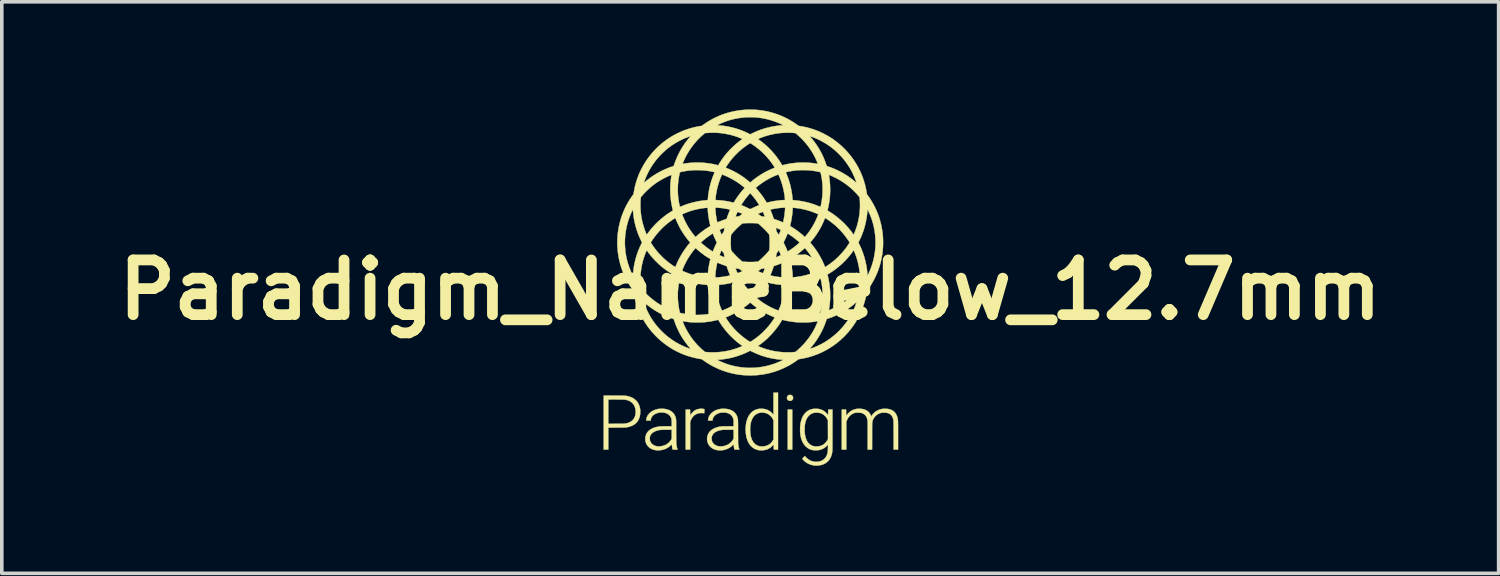
<source format=kicad_pcb>
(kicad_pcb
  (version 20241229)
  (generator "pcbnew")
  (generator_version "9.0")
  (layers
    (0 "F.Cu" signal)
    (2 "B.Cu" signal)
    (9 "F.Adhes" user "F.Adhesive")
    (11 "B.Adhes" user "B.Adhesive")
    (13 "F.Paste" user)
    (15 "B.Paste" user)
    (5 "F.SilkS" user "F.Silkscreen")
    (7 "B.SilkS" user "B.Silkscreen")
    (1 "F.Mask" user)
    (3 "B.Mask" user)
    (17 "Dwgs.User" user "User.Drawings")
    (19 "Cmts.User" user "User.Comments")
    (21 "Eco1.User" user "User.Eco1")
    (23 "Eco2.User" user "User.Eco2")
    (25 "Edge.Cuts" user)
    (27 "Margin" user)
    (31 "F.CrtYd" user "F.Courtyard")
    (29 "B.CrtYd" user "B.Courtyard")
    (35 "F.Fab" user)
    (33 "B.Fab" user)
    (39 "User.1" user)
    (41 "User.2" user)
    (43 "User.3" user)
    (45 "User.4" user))
  (footprint "Paradigm_NameBelow_12.7mm"
    (layer "F.Cu")
    (at 17.86 5.03)
    (property "Reference" "Paradigm_NameBelow_12.7mm" (at 0 0 0) (layer "F.SilkS") (effects (font (size 1.524 1.524) (thickness 0.3))))
    (attr through_hole)
    (fp_poly (pts (xy 1.171 4.451) (xy 1.046 4.451) (xy 1.046 3.334) (xy 1.171 3.334) (xy 1.171 4.451)) (stroke (width 0.01) (type solid)) (fill yes) (layer "F.SilkS"))
    (fp_poly (pts (xy 1.126 2.927) (xy 1.14 2.929) (xy 1.151 2.933) (xy 1.16 2.939) (xy 1.17 2.948) (xy 1.171 2.948) (xy 1.183 2.963) (xy 1.191 2.98) (xy 1.195 2.998) (xy 1.195 3.017) (xy 1.195 3.018) (xy 1.191 3.036) (xy 1.184 3.053) (xy 1.174 3.067) (xy 1.161 3.078) (xy 1.157 3.081) (xy 1.144 3.086) (xy 1.129 3.09) (xy 1.113 3.092) (xy 1.097 3.091) (xy 1.088 3.09) (xy 1.071 3.085) (xy 1.057 3.076) (xy 1.044 3.064) (xy 1.035 3.05) (xy 1.028 3.034) (xy 1.025 3.016) (xy 1.025 3) (xy 1.028 2.983) (xy 1.034 2.969) (xy 1.042 2.956) (xy 1.049 2.949) (xy 1.059 2.94) (xy 1.068 2.934) (xy 1.079 2.93) (xy 1.091 2.927) (xy 1.106 2.927) (xy 1.11 2.927) (xy 1.126 2.927)) (stroke (width 0.01) (type solid)) (fill yes) (layer "F.SilkS"))
    (fp_poly (pts (xy -1.342 3.313) (xy -1.319 3.315) (xy -1.298 3.319) (xy -1.287 3.322) (xy -1.277 3.324) (xy -1.278 3.373) (xy -1.278 3.387) (xy -1.279 3.401) (xy -1.279 3.413) (xy -1.279 3.422) (xy -1.28 3.428) (xy -1.28 3.43) (xy -1.281 3.435) (xy -1.283 3.437) (xy -1.286 3.437) (xy -1.289 3.437) (xy -1.308 3.434) (xy -1.33 3.432) (xy -1.353 3.432) (xy -1.375 3.432) (xy -1.397 3.433) (xy -1.416 3.435) (xy -1.427 3.436) (xy -1.457 3.444) (xy -1.486 3.454) (xy -1.514 3.467) (xy -1.539 3.482) (xy -1.55 3.489) (xy -1.566 3.503) (xy -1.583 3.519) (xy -1.599 3.536) (xy -1.613 3.554) (xy -1.619 3.563) (xy -1.631 3.582) (xy -1.643 3.604) (xy -1.654 3.628) (xy -1.663 3.652) (xy -1.666 3.659) (xy -1.674 3.684) (xy -1.674 4.451) (xy -1.797 4.451) (xy -1.797 3.334) (xy -1.737 3.334) (xy -1.718 3.334) (xy -1.704 3.334) (xy -1.693 3.334) (xy -1.685 3.335) (xy -1.68 3.335) (xy -1.677 3.336) (xy -1.676 3.336) (xy -1.676 3.339) (xy -1.676 3.345) (xy -1.676 3.355) (xy -1.675 3.368) (xy -1.675 3.383) (xy -1.675 3.399) (xy -1.675 3.418) (xy -1.675 3.424) (xy -1.673 3.508) (xy -1.666 3.495) (xy -1.654 3.475) (xy -1.639 3.453) (xy -1.622 3.431) (xy -1.604 3.411) (xy -1.586 3.393) (xy -1.567 3.377) (xy -1.566 3.376) (xy -1.538 3.357) (xy -1.508 3.341) (xy -1.477 3.329) (xy -1.443 3.321) (xy -1.415 3.316) (xy -1.391 3.313) (xy -1.366 3.313) (xy -1.342 3.313)) (stroke (width 0.01) (type solid)) (fill yes) (layer "F.SilkS"))
    (fp_poly (pts (xy -3.79 2.947) (xy -3.749 2.947) (xy -3.711 2.947) (xy -3.677 2.947) (xy -3.646 2.947) (xy -3.619 2.948) (xy -3.595 2.948) (xy -3.573 2.948) (xy -3.554 2.948) (xy -3.538 2.948) (xy -3.523 2.949) (xy -3.51 2.949) (xy -3.499 2.95) (xy -3.49 2.95) (xy -3.481 2.951) (xy -3.473 2.951) (xy -3.466 2.952) (xy -3.459 2.953) (xy -3.452 2.954) (xy -3.446 2.955) (xy -3.439 2.957) (xy -3.431 2.958) (xy -3.426 2.959) (xy -3.388 2.968) (xy -3.349 2.98) (xy -3.312 2.995) (xy -3.277 3.012) (xy -3.245 3.031) (xy -3.212 3.055) (xy -3.183 3.081) (xy -3.156 3.11) (xy -3.133 3.142) (xy -3.114 3.176) (xy -3.097 3.213) (xy -3.084 3.253) (xy -3.073 3.296) (xy -3.069 3.321) (xy -3.068 3.33) (xy -3.067 3.342) (xy -3.066 3.357) (xy -3.066 3.374) (xy -3.066 3.392) (xy -3.066 3.41) (xy -3.066 3.428) (xy -3.067 3.444) (xy -3.067 3.458) (xy -3.068 3.47) (xy -3.069 3.475) (xy -3.077 3.518) (xy -3.089 3.559) (xy -3.103 3.598) (xy -3.121 3.633) (xy -3.142 3.666) (xy -3.166 3.695) (xy -3.186 3.715) (xy -3.214 3.739) (xy -3.245 3.761) (xy -3.28 3.78) (xy -3.317 3.796) (xy -3.357 3.81) (xy -3.4 3.821) (xy -3.423 3.826) (xy -3.431 3.827) (xy -3.439 3.829) (xy -3.446 3.83) (xy -3.454 3.831) (xy -3.461 3.832) (xy -3.468 3.833) (xy -3.477 3.834) (xy -3.486 3.834) (xy -3.496 3.835) (xy -3.508 3.835) (xy -3.522 3.836) (xy -3.538 3.836) (xy -3.556 3.836) (xy -3.576 3.836) (xy -3.6 3.836) (xy -3.626 3.837) (xy -3.657 3.837) (xy -3.69 3.837) (xy -3.723 3.837) (xy -3.956 3.838) (xy -3.956 4.451) (xy -4.083 4.451) (xy -4.083 3.732) (xy -3.956 3.732) (xy -3.739 3.731) (xy -3.702 3.731) (xy -3.67 3.731) (xy -3.641 3.731) (xy -3.616 3.73) (xy -3.594 3.73) (xy -3.575 3.73) (xy -3.559 3.73) (xy -3.545 3.729) (xy -3.533 3.729) (xy -3.523 3.729) (xy -3.515 3.728) (xy -3.508 3.728) (xy -3.502 3.727) (xy -3.497 3.727) (xy -3.495 3.727) (xy -3.453 3.72) (xy -3.414 3.71) (xy -3.378 3.697) (xy -3.345 3.681) (xy -3.315 3.663) (xy -3.289 3.642) (xy -3.265 3.618) (xy -3.245 3.591) (xy -3.228 3.562) (xy -3.216 3.534) (xy -3.211 3.521) (xy -3.206 3.506) (xy -3.202 3.488) (xy -3.198 3.471) (xy -3.196 3.461) (xy -3.195 3.45) (xy -3.194 3.437) (xy -3.193 3.421) (xy -3.193 3.404) (xy -3.193 3.386) (xy -3.194 3.368) (xy -3.194 3.352) (xy -3.196 3.338) (xy -3.197 3.328) (xy -3.206 3.291) (xy -3.218 3.256) (xy -3.233 3.224) (xy -3.251 3.194) (xy -3.272 3.167) (xy -3.296 3.143) (xy -3.323 3.122) (xy -3.326 3.12) (xy -3.352 3.104) (xy -3.379 3.09) (xy -3.408 3.079) (xy -3.439 3.07) (xy -3.473 3.063) (xy -3.487 3.06) (xy -3.492 3.059) (xy -3.496 3.059) (xy -3.501 3.058) (xy -3.506 3.058) (xy -3.512 3.057) (xy -3.519 3.057) (xy -3.527 3.057) (xy -3.537 3.056) (xy -3.548 3.056) (xy -3.562 3.056) (xy -3.578 3.056) (xy -3.596 3.056) (xy -3.618 3.055) (xy -3.642 3.055) (xy -3.67 3.055) (xy -3.702 3.055) (xy -3.735 3.055) (xy -3.956 3.054) (xy -3.956 3.732) (xy -4.083 3.732) (xy -4.083 2.946) (xy -3.79 2.947)) (stroke (width 0.01) (type solid)) (fill yes) (layer "F.SilkS"))
    (fp_poly (pts (xy 0.775 4.451) (xy 0.659 4.451) (xy 0.658 4.433) (xy 0.657 4.425) (xy 0.657 4.414) (xy 0.656 4.401) (xy 0.656 4.386) (xy 0.655 4.371) (xy 0.655 4.362) (xy 0.655 4.348) (xy 0.654 4.335) (xy 0.654 4.324) (xy 0.653 4.315) (xy 0.653 4.309) (xy 0.653 4.308) (xy 0.651 4.308) (xy 0.648 4.311) (xy 0.643 4.317) (xy 0.642 4.318) (xy 0.616 4.348) (xy 0.588 4.375) (xy 0.557 4.399) (xy 0.523 4.42) (xy 0.488 4.437) (xy 0.451 4.451) (xy 0.424 4.458) (xy 0.398 4.464) (xy 0.369 4.468) (xy 0.339 4.47) (xy 0.309 4.472) (xy 0.281 4.471) (xy 0.266 4.47) (xy 0.227 4.465) (xy 0.189 4.456) (xy 0.151 4.442) (xy 0.116 4.425) (xy 0.082 4.404) (xy 0.05 4.379) (xy 0.046 4.376) (xy 0.018 4.348) (xy -0.008 4.318) (xy -0.031 4.284) (xy -0.052 4.247) (xy -0.071 4.207) (xy -0.087 4.164) (xy -0.101 4.12) (xy -0.111 4.073) (xy -0.114 4.056) (xy -0.12 4.014) (xy -0.124 3.968) (xy -0.126 3.921) (xy -0.126 3.898) (xy -0.002 3.898) (xy -0.000316 3.944) (xy 0.003 3.989) (xy 0.008 4.032) (xy 0.012 4.053) (xy 0.021 4.097) (xy 0.033 4.137) (xy 0.048 4.175) (xy 0.065 4.209) (xy 0.085 4.24) (xy 0.107 4.268) (xy 0.126 4.288) (xy 0.153 4.31) (xy 0.181 4.328) (xy 0.21 4.343) (xy 0.242 4.353) (xy 0.276 4.36) (xy 0.311 4.364) (xy 0.349 4.364) (xy 0.366 4.362) (xy 0.405 4.357) (xy 0.442 4.348) (xy 0.476 4.336) (xy 0.509 4.32) (xy 0.539 4.301) (xy 0.563 4.282) (xy 0.577 4.269) (xy 0.592 4.252) (xy 0.607 4.233) (xy 0.621 4.213) (xy 0.635 4.192) (xy 0.641 4.18) (xy 0.65 4.165) (xy 0.65 3.9) (xy 0.65 3.636) (xy 0.637 3.611) (xy 0.624 3.587) (xy 0.611 3.566) (xy 0.598 3.547) (xy 0.583 3.53) (xy 0.567 3.514) (xy 0.541 3.49) (xy 0.513 3.47) (xy 0.484 3.453) (xy 0.453 3.44) (xy 0.419 3.43) (xy 0.407 3.427) (xy 0.395 3.425) (xy 0.38 3.423) (xy 0.363 3.422) (xy 0.345 3.421) (xy 0.326 3.421) (xy 0.309 3.421) (xy 0.294 3.421) (xy 0.283 3.422) (xy 0.25 3.429) (xy 0.22 3.438) (xy 0.191 3.451) (xy 0.165 3.466) (xy 0.137 3.487) (xy 0.111 3.512) (xy 0.089 3.54) (xy 0.068 3.571) (xy 0.05 3.606) (xy 0.035 3.643) (xy 0.022 3.685) (xy 0.014 3.722) (xy 0.007 3.763) (xy 0.002 3.806) (xy -0.001 3.852) (xy -0.002 3.898) (xy -0.126 3.898) (xy -0.127 3.873) (xy -0.125 3.825) (xy -0.121 3.779) (xy -0.116 3.735) (xy -0.114 3.724) (xy -0.105 3.678) (xy -0.093 3.634) (xy -0.078 3.592) (xy -0.061 3.552) (xy -0.042 3.514) (xy -0.02 3.48) (xy 0.003 3.449) (xy 0.029 3.421) (xy 0.044 3.407) (xy 0.076 3.382) (xy 0.109 3.361) (xy 0.145 3.343) (xy 0.182 3.33) (xy 0.221 3.32) (xy 0.254 3.315) (xy 0.268 3.314) (xy 0.284 3.313) (xy 0.302 3.313) (xy 0.321 3.313) (xy 0.338 3.313) (xy 0.353 3.314) (xy 0.361 3.315) (xy 0.403 3.321) (xy 0.443 3.331) (xy 0.48 3.345) (xy 0.515 3.363) (xy 0.549 3.383) (xy 0.58 3.408) (xy 0.608 3.436) (xy 0.635 3.468) (xy 0.638 3.472) (xy 0.649 3.486) (xy 0.65 2.864) (xy 0.775 2.864) (xy 0.775 4.451)) (stroke (width 0.01) (type solid)) (fill yes) (layer "F.SilkS"))
    (fp_poly (pts (xy 3.8 3.314) (xy 3.841 3.319) (xy 3.879 3.326) (xy 3.915 3.337) (xy 3.947 3.351) (xy 3.977 3.368) (xy 4.004 3.388) (xy 4.028 3.411) (xy 4.049 3.438) (xy 4.068 3.468) (xy 4.084 3.5) (xy 4.097 3.536) (xy 4.107 3.576) (xy 4.115 3.618) (xy 4.119 3.657) (xy 4.119 3.662) (xy 4.119 3.672) (xy 4.12 3.686) (xy 4.12 3.704) (xy 4.12 3.726) (xy 4.12 3.751) (xy 4.121 3.781) (xy 4.121 3.814) (xy 4.121 3.851) (xy 4.121 3.891) (xy 4.121 3.935) (xy 4.121 3.982) (xy 4.121 4.032) (xy 4.121 4.067) (xy 4.121 4.451) (xy 3.999 4.451) (xy 3.998 4.061) (xy 3.998 4.008) (xy 3.998 3.959) (xy 3.997 3.914) (xy 3.997 3.873) (xy 3.997 3.836) (xy 3.997 3.803) (xy 3.997 3.773) (xy 3.996 3.747) (xy 3.996 3.724) (xy 3.996 3.705) (xy 3.996 3.688) (xy 3.995 3.675) (xy 3.995 3.665) (xy 3.995 3.658) (xy 3.995 3.654) (xy 3.994 3.653) (xy 3.989 3.618) (xy 3.981 3.587) (xy 3.972 3.559) (xy 3.96 3.534) (xy 3.947 3.512) (xy 3.931 3.492) (xy 3.921 3.482) (xy 3.905 3.468) (xy 3.889 3.457) (xy 3.872 3.447) (xy 3.853 3.439) (xy 3.831 3.432) (xy 3.806 3.427) (xy 3.805 3.426) (xy 3.797 3.425) (xy 3.789 3.424) (xy 3.781 3.423) (xy 3.772 3.422) (xy 3.761 3.422) (xy 3.748 3.422) (xy 3.731 3.422) (xy 3.731 3.422) (xy 3.713 3.422) (xy 3.699 3.422) (xy 3.687 3.422) (xy 3.678 3.423) (xy 3.67 3.424) (xy 3.662 3.425) (xy 3.661 3.425) (xy 3.624 3.435) (xy 3.59 3.448) (xy 3.557 3.465) (xy 3.527 3.485) (xy 3.499 3.51) (xy 3.491 3.517) (xy 3.468 3.542) (xy 3.449 3.568) (xy 3.432 3.596) (xy 3.419 3.626) (xy 3.412 3.645) (xy 3.411 3.65) (xy 3.409 3.654) (xy 3.408 3.659) (xy 3.406 3.662) (xy 3.405 3.666) (xy 3.404 3.671) (xy 3.403 3.675) (xy 3.402 3.68) (xy 3.402 3.686) (xy 3.401 3.693) (xy 3.401 3.701) (xy 3.4 3.711) (xy 3.4 3.722) (xy 3.399 3.735) (xy 3.399 3.75) (xy 3.399 3.767) (xy 3.399 3.787) (xy 3.398 3.809) (xy 3.398 3.834) (xy 3.398 3.861) (xy 3.398 3.892) (xy 3.398 3.927) (xy 3.398 3.965) (xy 3.398 4.006) (xy 3.398 4.052) (xy 3.398 4.073) (xy 3.397 4.451) (xy 3.274 4.451) (xy 3.274 4.075) (xy 3.274 4.027) (xy 3.274 3.981) (xy 3.274 3.938) (xy 3.274 3.898) (xy 3.274 3.86) (xy 3.274 3.825) (xy 3.274 3.794) (xy 3.274 3.765) (xy 3.274 3.74) (xy 3.273 3.719) (xy 3.273 3.701) (xy 3.273 3.687) (xy 3.273 3.677) (xy 3.272 3.67) (xy 3.272 3.67) (xy 3.268 3.632) (xy 3.261 3.597) (xy 3.251 3.566) (xy 3.238 3.537) (xy 3.223 3.512) (xy 3.205 3.49) (xy 3.183 3.471) (xy 3.159 3.455) (xy 3.133 3.442) (xy 3.12 3.437) (xy 3.105 3.432) (xy 3.091 3.429) (xy 3.078 3.426) (xy 3.063 3.424) (xy 3.048 3.423) (xy 3.029 3.422) (xy 3.008 3.422) (xy 3.002 3.422) (xy 2.982 3.422) (xy 2.965 3.422) (xy 2.951 3.423) (xy 2.938 3.425) (xy 2.927 3.427) (xy 2.915 3.429) (xy 2.903 3.433) (xy 2.895 3.435) (xy 2.864 3.448) (xy 2.834 3.465) (xy 2.805 3.485) (xy 2.778 3.508) (xy 2.754 3.534) (xy 2.733 3.563) (xy 2.72 3.583) (xy 2.708 3.606) (xy 2.697 3.63) (xy 2.687 3.654) (xy 2.684 3.663) (xy 2.678 3.681) (xy 2.678 4.451) (xy 2.553 4.451) (xy 2.553 3.334) (xy 2.671 3.334) (xy 2.672 3.361) (xy 2.672 3.373) (xy 2.673 3.388) (xy 2.673 3.404) (xy 2.674 3.419) (xy 2.674 3.422) (xy 2.674 3.436) (xy 2.674 3.452) (xy 2.675 3.468) (xy 2.675 3.481) (xy 2.675 3.484) (xy 2.677 3.512) (xy 2.686 3.497) (xy 2.7 3.478) (xy 2.716 3.458) (xy 2.734 3.438) (xy 2.752 3.42) (xy 2.77 3.403) (xy 2.781 3.395) (xy 2.812 3.373) (xy 2.846 3.354) (xy 2.883 3.339) (xy 2.921 3.327) (xy 2.96 3.318) (xy 2.985 3.315) (xy 3 3.314) (xy 3.019 3.313) (xy 3.039 3.313) (xy 3.059 3.313) (xy 3.078 3.314) (xy 3.094 3.315) (xy 3.099 3.316) (xy 3.138 3.322) (xy 3.175 3.332) (xy 3.21 3.344) (xy 3.242 3.36) (xy 3.266 3.374) (xy 3.282 3.387) (xy 3.298 3.402) (xy 3.314 3.419) (xy 3.327 3.435) (xy 3.331 3.442) (xy 3.339 3.454) (xy 3.346 3.465) (xy 3.352 3.476) (xy 3.357 3.487) (xy 3.363 3.502) (xy 3.365 3.505) (xy 3.373 3.527) (xy 3.386 3.508) (xy 3.411 3.473) (xy 3.439 3.441) (xy 3.469 3.413) (xy 3.502 3.388) (xy 3.538 3.366) (xy 3.576 3.348) (xy 3.609 3.335) (xy 3.636 3.327) (xy 3.663 3.321) (xy 3.689 3.316) (xy 3.717 3.314) (xy 3.747 3.313) (xy 3.756 3.313) (xy 3.8 3.314)) (stroke (width 0.01) (type solid)) (fill yes) (layer "F.SilkS"))
    (fp_poly (pts (xy -0.731 3.313) (xy -0.711 3.314) (xy -0.692 3.315) (xy -0.675 3.316) (xy -0.661 3.317) (xy -0.658 3.318) (xy -0.618 3.325) (xy -0.582 3.335) (xy -0.548 3.346) (xy -0.517 3.36) (xy -0.489 3.377) (xy -0.462 3.396) (xy -0.451 3.404) (xy -0.427 3.427) (xy -0.406 3.453) (xy -0.387 3.481) (xy -0.371 3.513) (xy -0.358 3.546) (xy -0.349 3.58) (xy -0.347 3.589) (xy -0.346 3.595) (xy -0.345 3.602) (xy -0.344 3.608) (xy -0.343 3.615) (xy -0.343 3.623) (xy -0.342 3.632) (xy -0.341 3.642) (xy -0.341 3.653) (xy -0.34 3.666) (xy -0.34 3.681) (xy -0.34 3.697) (xy -0.339 3.716) (xy -0.339 3.738) (xy -0.339 3.762) (xy -0.339 3.789) (xy -0.339 3.82) (xy -0.339 3.853) (xy -0.339 3.891) (xy -0.339 3.932) (xy -0.339 3.967) (xy -0.339 4.012) (xy -0.339 4.055) (xy -0.339 4.095) (xy -0.338 4.131) (xy -0.338 4.163) (xy -0.338 4.193) (xy -0.338 4.218) (xy -0.338 4.24) (xy -0.337 4.258) (xy -0.337 4.272) (xy -0.337 4.282) (xy -0.336 4.288) (xy -0.334 4.309) (xy -0.331 4.331) (xy -0.328 4.353) (xy -0.324 4.374) (xy -0.319 4.393) (xy -0.315 4.41) (xy -0.311 4.424) (xy -0.309 4.428) (xy -0.307 4.435) (xy -0.305 4.442) (xy -0.305 4.445) (xy -0.305 4.451) (xy -0.438 4.451) (xy -0.441 4.441) (xy -0.445 4.428) (xy -0.449 4.41) (xy -0.452 4.39) (xy -0.455 4.367) (xy -0.458 4.342) (xy -0.46 4.316) (xy -0.46 4.316) (xy -0.462 4.297) (xy -0.474 4.311) (xy -0.485 4.323) (xy -0.498 4.336) (xy -0.512 4.35) (xy -0.526 4.362) (xy -0.538 4.373) (xy -0.542 4.376) (xy -0.576 4.398) (xy -0.612 4.418) (xy -0.65 4.435) (xy -0.69 4.449) (xy -0.731 4.46) (xy -0.771 4.467) (xy -0.777 4.468) (xy -0.787 4.469) (xy -0.8 4.47) (xy -0.815 4.471) (xy -0.83 4.471) (xy -0.844 4.471) (xy -0.857 4.472) (xy -0.867 4.471) (xy -0.868 4.471) (xy -0.91 4.467) (xy -0.95 4.459) (xy -0.987 4.449) (xy -1.021 4.435) (xy -1.052 4.419) (xy -1.082 4.399) (xy -1.109 4.376) (xy -1.113 4.371) (xy -1.137 4.345) (xy -1.157 4.316) (xy -1.173 4.286) (xy -1.186 4.253) (xy -1.195 4.22) (xy -1.2 4.185) (xy -1.202 4.149) (xy -1.201 4.142) (xy -1.076 4.142) (xy -1.076 4.163) (xy -1.074 4.18) (xy -1.071 4.196) (xy -1.066 4.211) (xy -1.06 4.228) (xy -1.056 4.235) (xy -1.041 4.26) (xy -1.023 4.283) (xy -1.002 4.304) (xy -0.978 4.321) (xy -0.951 4.336) (xy -0.921 4.348) (xy -0.902 4.353) (xy -0.872 4.359) (xy -0.841 4.362) (xy -0.808 4.362) (xy -0.785 4.36) (xy -0.744 4.354) (xy -0.704 4.345) (xy -0.666 4.332) (xy -0.63 4.316) (xy -0.596 4.296) (xy -0.565 4.273) (xy -0.536 4.247) (xy -0.51 4.218) (xy -0.487 4.187) (xy -0.483 4.179) (xy -0.477 4.17) (xy -0.472 4.16) (xy -0.468 4.152) (xy -0.467 4.152) (xy -0.461 4.139) (xy -0.461 4.018) (xy -0.461 3.897) (xy -0.593 3.897) (xy -0.617 3.897) (xy -0.641 3.897) (xy -0.663 3.897) (xy -0.684 3.897) (xy -0.702 3.898) (xy -0.719 3.898) (xy -0.732 3.898) (xy -0.742 3.899) (xy -0.748 3.899) (xy -0.795 3.904) (xy -0.838 3.912) (xy -0.878 3.922) (xy -0.914 3.935) (xy -0.947 3.949) (xy -0.976 3.966) (xy -1.002 3.985) (xy -1.024 4.007) (xy -1.042 4.03) (xy -1.057 4.056) (xy -1.058 4.058) (xy -1.065 4.073) (xy -1.07 4.087) (xy -1.073 4.1) (xy -1.075 4.115) (xy -1.076 4.133) (xy -1.076 4.142) (xy -1.201 4.142) (xy -1.199 4.113) (xy -1.195 4.086) (xy -1.187 4.055) (xy -1.175 4.025) (xy -1.16 3.996) (xy -1.143 3.97) (xy -1.124 3.947) (xy -1.1 3.922) (xy -1.071 3.9) (xy -1.04 3.879) (xy -1.005 3.861) (xy -0.967 3.845) (xy -0.927 3.831) (xy -0.885 3.82) (xy -0.85 3.813) (xy -0.839 3.811) (xy -0.828 3.81) (xy -0.819 3.808) (xy -0.809 3.807) (xy -0.799 3.806) (xy -0.789 3.805) (xy -0.778 3.805) (xy -0.766 3.804) (xy -0.751 3.803) (xy -0.735 3.803) (xy -0.716 3.803) (xy -0.695 3.802) (xy -0.67 3.802) (xy -0.642 3.802) (xy -0.619 3.802) (xy -0.462 3.8) (xy -0.463 3.721) (xy -0.463 3.697) (xy -0.463 3.677) (xy -0.463 3.661) (xy -0.464 3.646) (xy -0.465 3.634) (xy -0.466 3.624) (xy -0.468 3.614) (xy -0.47 3.605) (xy -0.472 3.595) (xy -0.474 3.587) (xy -0.485 3.558) (xy -0.499 3.532) (xy -0.517 3.507) (xy -0.537 3.486) (xy -0.561 3.467) (xy -0.587 3.451) (xy -0.614 3.439) (xy -0.644 3.43) (xy -0.676 3.423) (xy -0.71 3.418) (xy -0.745 3.417) (xy -0.78 3.418) (xy -0.814 3.421) (xy -0.847 3.428) (xy -0.879 3.437) (xy -0.885 3.439) (xy -0.915 3.452) (xy -0.942 3.467) (xy -0.967 3.485) (xy -0.989 3.504) (xy -1.008 3.526) (xy -1.024 3.548) (xy -1.036 3.572) (xy -1.045 3.597) (xy -1.049 3.623) (xy -1.049 3.625) (xy -1.05 3.634) (xy -1.051 3.639) (xy -1.052 3.642) (xy -1.053 3.642) (xy -1.055 3.642) (xy -1.058 3.642) (xy -1.065 3.641) (xy -1.075 3.641) (xy -1.087 3.641) (xy -1.101 3.641) (xy -1.117 3.641) (xy -1.117 3.641) (xy -1.175 3.641) (xy -1.174 3.622) (xy -1.169 3.59) (xy -1.16 3.558) (xy -1.148 3.527) (xy -1.132 3.498) (xy -1.112 3.469) (xy -1.088 3.443) (xy -1.062 3.418) (xy -1.032 3.396) (xy -1 3.375) (xy -0.975 3.362) (xy -0.936 3.346) (xy -0.895 3.332) (xy -0.852 3.322) (xy -0.809 3.315) (xy -0.801 3.315) (xy -0.787 3.314) (xy -0.77 3.313) (xy -0.751 3.313) (xy -0.731 3.313)) (stroke (width 0.01) (type solid)) (fill yes) (layer "F.SilkS"))
    (fp_poly (pts (xy -2.448 3.314) (xy -2.431 3.314) (xy -2.416 3.315) (xy -2.403 3.315) (xy -2.39 3.317) (xy -2.378 3.318) (xy -2.365 3.321) (xy -2.351 3.323) (xy -2.31 3.333) (xy -2.272 3.346) (xy -2.237 3.362) (xy -2.205 3.381) (xy -2.176 3.403) (xy -2.151 3.427) (xy -2.128 3.454) (xy -2.109 3.484) (xy -2.093 3.516) (xy -2.08 3.551) (xy -2.071 3.588) (xy -2.067 3.613) (xy -2.066 3.617) (xy -2.066 3.622) (xy -2.066 3.628) (xy -2.065 3.636) (xy -2.065 3.646) (xy -2.065 3.657) (xy -2.065 3.671) (xy -2.064 3.687) (xy -2.064 3.705) (xy -2.064 3.726) (xy -2.064 3.751) (xy -2.064 3.778) (xy -2.064 3.809) (xy -2.064 3.843) (xy -2.064 3.882) (xy -2.064 3.924) (xy -2.064 3.924) (xy -2.064 3.96) (xy -2.064 3.995) (xy -2.064 4.028) (xy -2.064 4.061) (xy -2.063 4.092) (xy -2.063 4.122) (xy -2.063 4.149) (xy -2.063 4.174) (xy -2.063 4.196) (xy -2.062 4.215) (xy -2.062 4.231) (xy -2.062 4.244) (xy -2.062 4.252) (xy -2.062 4.255) (xy -2.059 4.294) (xy -2.055 4.331) (xy -2.049 4.365) (xy -2.042 4.396) (xy -2.035 4.419) (xy -2.032 4.429) (xy -2.03 4.437) (xy -2.028 4.444) (xy -2.028 4.446) (xy -2.028 4.451) (xy -2.095 4.451) (xy -2.162 4.45) (xy -2.168 4.427) (xy -2.171 4.413) (xy -2.174 4.395) (xy -2.177 4.375) (xy -2.18 4.355) (xy -2.182 4.334) (xy -2.183 4.32) (xy -2.184 4.311) (xy -2.185 4.304) (xy -2.186 4.3) (xy -2.186 4.299) (xy -2.188 4.3) (xy -2.191 4.304) (xy -2.192 4.306) (xy -2.216 4.332) (xy -2.243 4.356) (xy -2.272 4.38) (xy -2.303 4.401) (xy -2.335 4.419) (xy -2.34 4.421) (xy -2.38 4.438) (xy -2.423 4.452) (xy -2.466 4.462) (xy -2.511 4.469) (xy -2.555 4.472) (xy -2.6 4.471) (xy -2.602 4.47) (xy -2.643 4.465) (xy -2.682 4.457) (xy -2.718 4.446) (xy -2.752 4.431) (xy -2.784 4.414) (xy -2.812 4.394) (xy -2.838 4.37) (xy -2.861 4.345) (xy -2.88 4.316) (xy -2.897 4.285) (xy -2.91 4.252) (xy -2.919 4.217) (xy -2.92 4.211) (xy -2.922 4.198) (xy -2.923 4.183) (xy -2.924 4.165) (xy -2.924 4.146) (xy -2.924 4.144) (xy -2.799 4.144) (xy -2.799 4.162) (xy -2.798 4.176) (xy -2.796 4.189) (xy -2.793 4.201) (xy -2.789 4.213) (xy -2.785 4.222) (xy -2.773 4.248) (xy -2.757 4.271) (xy -2.738 4.292) (xy -2.716 4.311) (xy -2.691 4.327) (xy -2.664 4.341) (xy -2.652 4.345) (xy -2.622 4.354) (xy -2.59 4.36) (xy -2.557 4.362) (xy -2.522 4.361) (xy -2.509 4.36) (xy -2.468 4.355) (xy -2.429 4.345) (xy -2.391 4.333) (xy -2.355 4.317) (xy -2.321 4.297) (xy -2.29 4.275) (xy -2.262 4.25) (xy -2.24 4.226) (xy -2.221 4.202) (xy -2.205 4.177) (xy -2.194 4.158) (xy -2.187 4.142) (xy -2.187 3.897) (xy -2.317 3.897) (xy -2.347 3.897) (xy -2.373 3.897) (xy -2.396 3.897) (xy -2.416 3.897) (xy -2.433 3.898) (xy -2.448 3.898) (xy -2.461 3.899) (xy -2.473 3.899) (xy -2.484 3.9) (xy -2.495 3.901) (xy -2.506 3.903) (xy -2.517 3.904) (xy -2.518 3.904) (xy -2.558 3.911) (xy -2.596 3.921) (xy -2.631 3.933) (xy -2.663 3.946) (xy -2.692 3.962) (xy -2.718 3.98) (xy -2.741 4) (xy -2.76 4.022) (xy -2.775 4.045) (xy -2.784 4.064) (xy -2.79 4.078) (xy -2.794 4.091) (xy -2.797 4.104) (xy -2.798 4.118) (xy -2.799 4.135) (xy -2.799 4.144) (xy -2.924 4.144) (xy -2.923 4.129) (xy -2.922 4.112) (xy -2.921 4.099) (xy -2.92 4.097) (xy -2.912 4.061) (xy -2.9 4.028) (xy -2.885 3.997) (xy -2.866 3.969) (xy -2.843 3.942) (xy -2.836 3.935) (xy -2.81 3.912) (xy -2.781 3.89) (xy -2.748 3.871) (xy -2.712 3.854) (xy -2.674 3.839) (xy -2.633 3.826) (xy -2.59 3.817) (xy -2.578 3.814) (xy -2.566 3.812) (xy -2.556 3.811) (xy -2.546 3.809) (xy -2.537 3.808) (xy -2.527 3.807) (xy -2.517 3.806) (xy -2.506 3.805) (xy -2.494 3.804) (xy -2.481 3.804) (xy -2.465 3.803) (xy -2.447 3.803) (xy -2.427 3.803) (xy -2.403 3.803) (xy -2.376 3.802) (xy -2.346 3.802) (xy -2.344 3.802) (xy -2.186 3.801) (xy -2.187 3.713) (xy -2.187 3.69) (xy -2.188 3.671) (xy -2.188 3.655) (xy -2.188 3.642) (xy -2.189 3.631) (xy -2.19 3.621) (xy -2.191 3.613) (xy -2.193 3.606) (xy -2.194 3.598) (xy -2.197 3.591) (xy -2.199 3.583) (xy -2.2 3.579) (xy -2.212 3.551) (xy -2.227 3.525) (xy -2.245 3.501) (xy -2.267 3.48) (xy -2.292 3.462) (xy -2.317 3.448) (xy -2.345 3.436) (xy -2.377 3.427) (xy -2.412 3.421) (xy -2.45 3.417) (xy -2.456 3.417) (xy -2.494 3.417) (xy -2.53 3.42) (xy -2.565 3.427) (xy -2.598 3.436) (xy -2.629 3.448) (xy -2.658 3.463) (xy -2.685 3.48) (xy -2.708 3.499) (xy -2.728 3.521) (xy -2.745 3.545) (xy -2.753 3.558) (xy -2.762 3.579) (xy -2.768 3.599) (xy -2.772 3.618) (xy -2.772 3.624) (xy -2.773 3.633) (xy -2.774 3.639) (xy -2.775 3.641) (xy -2.776 3.642) (xy -2.778 3.642) (xy -2.781 3.642) (xy -2.788 3.641) (xy -2.798 3.641) (xy -2.81 3.641) (xy -2.824 3.641) (xy -2.84 3.641) (xy -2.84 3.641) (xy -2.898 3.641) (xy -2.897 3.621) (xy -2.893 3.589) (xy -2.884 3.558) (xy -2.872 3.528) (xy -2.856 3.499) (xy -2.837 3.472) (xy -2.814 3.446) (xy -2.789 3.421) (xy -2.76 3.399) (xy -2.729 3.379) (xy -2.695 3.361) (xy -2.658 3.345) (xy -2.645 3.34) (xy -2.622 3.333) (xy -2.601 3.327) (xy -2.58 3.322) (xy -2.559 3.318) (xy -2.537 3.316) (xy -2.513 3.315) (xy -2.486 3.314) (xy -2.469 3.314) (xy -2.448 3.314)) (stroke (width 0.01) (type solid)) (fill yes) (layer "F.SilkS"))
    (fp_poly (pts (xy 1.839 3.313) (xy 1.876 3.315) (xy 1.91 3.319) (xy 1.942 3.326) (xy 1.972 3.335) (xy 2.001 3.346) (xy 2.017 3.354) (xy 2.047 3.371) (xy 2.077 3.392) (xy 2.104 3.415) (xy 2.13 3.441) (xy 2.153 3.469) (xy 2.153 3.469) (xy 2.159 3.477) (xy 2.164 3.483) (xy 2.167 3.488) (xy 2.169 3.489) (xy 2.169 3.489) (xy 2.169 3.487) (xy 2.17 3.481) (xy 2.17 3.473) (xy 2.171 3.461) (xy 2.171 3.448) (xy 2.172 3.433) (xy 2.173 3.418) (xy 2.173 3.402) (xy 2.174 3.387) (xy 2.175 3.373) (xy 2.175 3.361) (xy 2.176 3.35) (xy 2.176 3.342) (xy 2.176 3.339) (xy 2.176 3.334) (xy 2.292 3.334) (xy 2.292 3.89) (xy 2.292 3.953) (xy 2.292 4.013) (xy 2.292 4.069) (xy 2.292 4.122) (xy 2.292 4.172) (xy 2.292 4.218) (xy 2.292 4.261) (xy 2.292 4.3) (xy 2.292 4.335) (xy 2.291 4.367) (xy 2.291 4.395) (xy 2.291 4.419) (xy 2.291 4.439) (xy 2.291 4.455) (xy 2.291 4.467) (xy 2.29 4.474) (xy 2.29 4.477) (xy 2.285 4.523) (xy 2.277 4.567) (xy 2.266 4.609) (xy 2.251 4.648) (xy 2.239 4.674) (xy 2.219 4.71) (xy 2.196 4.743) (xy 2.17 4.773) (xy 2.141 4.799) (xy 2.109 4.823) (xy 2.075 4.844) (xy 2.038 4.861) (xy 1.998 4.875) (xy 1.956 4.885) (xy 1.912 4.892) (xy 1.91 4.893) (xy 1.895 4.894) (xy 1.876 4.895) (xy 1.857 4.895) (xy 1.837 4.896) (xy 1.817 4.895) (xy 1.799 4.894) (xy 1.784 4.893) (xy 1.781 4.893) (xy 1.736 4.884) (xy 1.692 4.873) (xy 1.65 4.858) (xy 1.609 4.839) (xy 1.571 4.817) (xy 1.536 4.792) (xy 1.528 4.786) (xy 1.519 4.779) (xy 1.51 4.77) (xy 1.5 4.76) (xy 1.489 4.749) (xy 1.48 4.739) (xy 1.471 4.729) (xy 1.463 4.72) (xy 1.458 4.713) (xy 1.455 4.708) (xy 1.454 4.706) (xy 1.456 4.704) (xy 1.459 4.699) (xy 1.465 4.692) (xy 1.473 4.683) (xy 1.482 4.674) (xy 1.487 4.668) (xy 1.497 4.658) (xy 1.505 4.649) (xy 1.512 4.641) (xy 1.518 4.635) (xy 1.521 4.632) (xy 1.521 4.632) (xy 1.523 4.633) (xy 1.527 4.637) (xy 1.533 4.643) (xy 1.541 4.65) (xy 1.55 4.66) (xy 1.553 4.663) (xy 1.563 4.674) (xy 1.574 4.684) (xy 1.584 4.694) (xy 1.592 4.702) (xy 1.599 4.707) (xy 1.599 4.708) (xy 1.632 4.731) (xy 1.666 4.751) (xy 1.701 4.767) (xy 1.738 4.779) (xy 1.776 4.787) (xy 1.815 4.792) (xy 1.856 4.792) (xy 1.897 4.788) (xy 1.921 4.783) (xy 1.956 4.774) (xy 1.989 4.762) (xy 2.019 4.746) (xy 2.047 4.726) (xy 2.072 4.704) (xy 2.095 4.678) (xy 2.114 4.65) (xy 2.131 4.619) (xy 2.145 4.585) (xy 2.153 4.557) (xy 2.156 4.545) (xy 2.158 4.533) (xy 2.16 4.521) (xy 2.162 4.508) (xy 2.163 4.495) (xy 2.165 4.48) (xy 2.165 4.463) (xy 2.166 4.443) (xy 2.166 4.419) (xy 2.167 4.396) (xy 2.168 4.308) (xy 2.162 4.315) (xy 2.158 4.319) (xy 2.153 4.326) (xy 2.146 4.333) (xy 2.142 4.339) (xy 2.116 4.365) (xy 2.088 4.389) (xy 2.057 4.41) (xy 2.024 4.428) (xy 1.99 4.444) (xy 1.972 4.45) (xy 1.944 4.458) (xy 1.917 4.464) (xy 1.889 4.468) (xy 1.859 4.47) (xy 1.826 4.471) (xy 1.824 4.471) (xy 1.789 4.47) (xy 1.758 4.467) (xy 1.729 4.462) (xy 1.701 4.455) (xy 1.674 4.445) (xy 1.656 4.438) (xy 1.621 4.419) (xy 1.587 4.397) (xy 1.557 4.371) (xy 1.528 4.342) (xy 1.502 4.31) (xy 1.479 4.275) (xy 1.458 4.236) (xy 1.44 4.195) (xy 1.425 4.151) (xy 1.412 4.104) (xy 1.402 4.054) (xy 1.395 4.002) (xy 1.393 3.972) (xy 1.392 3.956) (xy 1.391 3.937) (xy 1.391 3.916) (xy 1.391 3.894) (xy 1.391 3.893) (xy 1.516 3.893) (xy 1.517 3.947) (xy 1.521 3.998) (xy 1.528 4.046) (xy 1.537 4.091) (xy 1.549 4.133) (xy 1.564 4.172) (xy 1.581 4.208) (xy 1.598 4.235) (xy 1.613 4.256) (xy 1.631 4.276) (xy 1.651 4.295) (xy 1.673 4.312) (xy 1.694 4.327) (xy 1.716 4.338) (xy 1.716 4.338) (xy 1.746 4.35) (xy 1.778 4.358) (xy 1.812 4.363) (xy 1.848 4.364) (xy 1.884 4.362) (xy 1.923 4.357) (xy 1.96 4.348) (xy 1.994 4.335) (xy 2.027 4.319) (xy 2.057 4.299) (xy 2.084 4.276) (xy 2.109 4.249) (xy 2.132 4.219) (xy 2.153 4.185) (xy 2.157 4.178) (xy 2.168 4.158) (xy 2.167 3.898) (xy 2.166 3.637) (xy 2.154 3.612) (xy 2.134 3.577) (xy 2.112 3.545) (xy 2.088 3.517) (xy 2.062 3.493) (xy 2.034 3.472) (xy 2.003 3.454) (xy 1.97 3.44) (xy 1.947 3.432) (xy 1.927 3.428) (xy 1.904 3.424) (xy 1.88 3.422) (xy 1.855 3.42) (xy 1.83 3.421) (xy 1.807 3.422) (xy 1.793 3.424) (xy 1.76 3.431) (xy 1.729 3.441) (xy 1.7 3.455) (xy 1.672 3.473) (xy 1.646 3.495) (xy 1.634 3.507) (xy 1.61 3.535) (xy 1.589 3.565) (xy 1.57 3.599) (xy 1.554 3.637) (xy 1.541 3.677) (xy 1.531 3.721) (xy 1.523 3.768) (xy 1.518 3.819) (xy 1.516 3.872) (xy 1.516 3.893) (xy 1.391 3.893) (xy 1.391 3.871) (xy 1.391 3.85) (xy 1.392 3.83) (xy 1.393 3.813) (xy 1.393 3.811) (xy 1.398 3.757) (xy 1.406 3.706) (xy 1.417 3.658) (xy 1.431 3.612) (xy 1.447 3.57) (xy 1.465 3.53) (xy 1.487 3.493) (xy 1.51 3.46) (xy 1.537 3.429) (xy 1.565 3.402) (xy 1.596 3.378) (xy 1.629 3.358) (xy 1.665 3.341) (xy 1.691 3.332) (xy 1.717 3.324) (xy 1.743 3.319) (xy 1.77 3.315) (xy 1.798 3.313) (xy 1.83 3.313) (xy 1.839 3.313)) (stroke (width 0.01) (type solid)) (fill yes) (layer "F.SilkS"))
    (fp_poly (pts (xy 0.102 -5.023) (xy 0.198 -5.016) (xy 0.293 -5.006) (xy 0.387 -4.991) (xy 0.481 -4.973) (xy 0.574 -4.95) (xy 0.665 -4.924) (xy 0.755 -4.894) (xy 0.844 -4.86) (xy 0.932 -4.822) (xy 1.017 -4.78) (xy 1.101 -4.735) (xy 1.183 -4.686) (xy 1.263 -4.633) (xy 1.312 -4.599) (xy 1.348 -4.572) (xy 1.391 -4.566) (xy 1.486 -4.549) (xy 1.58 -4.528) (xy 1.673 -4.503) (xy 1.765 -4.474) (xy 1.855 -4.441) (xy 1.944 -4.404) (xy 2.031 -4.363) (xy 2.117 -4.318) (xy 2.2 -4.27) (xy 2.282 -4.218) (xy 2.343 -4.176) (xy 2.418 -4.119) (xy 2.491 -4.059) (xy 2.562 -3.996) (xy 2.63 -3.93) (xy 2.695 -3.861) (xy 2.758 -3.789) (xy 2.817 -3.715) (xy 2.873 -3.638) (xy 2.925 -3.56) (xy 2.933 -3.548) (xy 2.982 -3.465) (xy 3.028 -3.381) (xy 3.07 -3.295) (xy 3.108 -3.207) (xy 3.142 -3.118) (xy 3.172 -3.027) (xy 3.199 -2.935) (xy 3.221 -2.842) (xy 3.239 -2.749) (xy 3.247 -2.699) (xy 3.252 -2.669) (xy 3.277 -2.633) (xy 3.333 -2.553) (xy 3.385 -2.471) (xy 3.433 -2.387) (xy 3.478 -2.302) (xy 3.518 -2.215) (xy 3.555 -2.126) (xy 3.588 -2.036) (xy 3.616 -1.944) (xy 3.641 -1.852) (xy 3.662 -1.757) (xy 3.678 -1.662) (xy 3.691 -1.566) (xy 3.697 -1.505) (xy 3.702 -1.408) (xy 3.704 -1.312) (xy 3.702 -1.215) (xy 3.695 -1.119) (xy 3.685 -1.023) (xy 3.67 -0.928) (xy 3.651 -0.834) (xy 3.629 -0.741) (xy 3.602 -0.65) (xy 3.572 -0.559) (xy 3.537 -0.47) (xy 3.537 -0.47) (xy 3.5 -0.385) (xy 3.459 -0.301) (xy 3.414 -0.219) (xy 3.366 -0.138) (xy 3.315 -0.06) (xy 3.276 -0.005) (xy 3.269 0.005) (xy 3.262 0.014) (xy 3.257 0.021) (xy 3.253 0.026) (xy 3.252 0.028) (xy 3.252 0.031) (xy 3.25 0.037) (xy 3.249 0.046) (xy 3.247 0.058) (xy 3.245 0.07) (xy 3.245 0.073) (xy 3.228 0.167) (xy 3.208 0.26) (xy 3.183 0.351) (xy 3.154 0.442) (xy 3.122 0.53) (xy 3.086 0.618) (xy 3.046 0.703) (xy 3.003 0.787) (xy 2.956 0.869) (xy 2.906 0.949) (xy 2.852 1.027) (xy 2.795 1.102) (xy 2.735 1.175) (xy 2.671 1.246) (xy 2.605 1.314) (xy 2.535 1.379) (xy 2.463 1.442) (xy 2.388 1.501) (xy 2.31 1.558) (xy 2.279 1.579) (xy 2.196 1.631) (xy 2.113 1.68) (xy 2.027 1.724) (xy 1.941 1.765) (xy 1.852 1.801) (xy 1.762 1.834) (xy 1.67 1.863) (xy 1.577 1.888) (xy 1.482 1.909) (xy 1.392 1.925) (xy 1.347 1.932) (xy 1.31 1.959) (xy 1.235 2.012) (xy 1.156 2.062) (xy 1.075 2.109) (xy 0.992 2.152) (xy 0.907 2.192) (xy 0.82 2.229) (xy 0.733 2.261) (xy 0.709 2.269) (xy 0.62 2.297) (xy 0.531 2.321) (xy 0.441 2.34) (xy 0.35 2.357) (xy 0.257 2.369) (xy 0.163 2.378) (xy 0.106 2.381) (xy 0.089 2.382) (xy 0.069 2.382) (xy 0.046 2.383) (xy 0.022 2.383) (xy -0.003 2.383) (xy -0.029 2.383) (xy -0.053 2.383) (xy -0.076 2.382) (xy -0.096 2.382) (xy -0.113 2.381) (xy -0.211 2.374) (xy -0.308 2.363) (xy -0.403 2.348) (xy -0.498 2.328) (xy -0.591 2.305) (xy -0.684 2.277) (xy -0.775 2.246) (xy -0.864 2.211) (xy -0.953 2.171) (xy -1.039 2.128) (xy -1.125 2.081) (xy -1.145 2.068) (xy -1.17 2.054) (xy -1.196 2.037) (xy -1.224 2.019) (xy -1.252 2) (xy -1.278 1.982) (xy -1.303 1.964) (xy -1.31 1.959) (xy -1.324 1.949) (xy -0.921 1.949) (xy -0.919 1.951) (xy -0.913 1.954) (xy -0.905 1.959) (xy -0.894 1.964) (xy -0.881 1.971) (xy -0.865 1.978) (xy -0.849 1.985) (xy -0.831 1.993) (xy -0.813 2.001) (xy -0.794 2.009) (xy -0.776 2.017) (xy -0.758 2.025) (xy -0.742 2.031) (xy -0.738 2.033) (xy -0.655 2.064) (xy -0.571 2.091) (xy -0.486 2.114) (xy -0.4 2.133) (xy -0.313 2.149) (xy -0.223 2.16) (xy -0.132 2.169) (xy -0.064 2.173) (xy -0.052 2.173) (xy -0.036 2.173) (xy -0.018 2.173) (xy 0.002 2.173) (xy 0.023 2.172) (xy 0.045 2.172) (xy 0.067 2.171) (xy 0.088 2.171) (xy 0.107 2.17) (xy 0.123 2.169) (xy 0.137 2.169) (xy 0.23 2.16) (xy 0.321 2.147) (xy 0.411 2.131) (xy 0.5 2.11) (xy 0.588 2.085) (xy 0.675 2.057) (xy 0.761 2.024) (xy 0.845 1.987) (xy 0.854 1.983) (xy 0.873 1.974) (xy 0.888 1.967) (xy 0.9 1.961) (xy 0.908 1.957) (xy 0.915 1.953) (xy 0.919 1.951) (xy 0.92 1.95) (xy 0.921 1.949) (xy 0.919 1.948) (xy 0.914 1.947) (xy 0.909 1.947) (xy 0.903 1.947) (xy 0.894 1.947) (xy 0.883 1.946) (xy 0.87 1.945) (xy 0.859 1.944) (xy 0.761 1.934) (xy 0.665 1.92) (xy 0.57 1.902) (xy 0.477 1.88) (xy 0.385 1.854) (xy 0.294 1.824) (xy 0.205 1.789) (xy 0.117 1.751) (xy 0.048 1.719) (xy -0.000042 1.695) (xy -0.048 1.719) (xy -0.135 1.76) (xy -0.224 1.797) (xy -0.314 1.83) (xy -0.405 1.86) (xy -0.497 1.885) (xy -0.59 1.906) (xy -0.685 1.923) (xy -0.782 1.936) (xy -0.859 1.944) (xy -0.872 1.945) (xy -0.885 1.946) (xy -0.896 1.947) (xy -0.905 1.947) (xy -0.909 1.947) (xy -0.916 1.948) (xy -0.92 1.948) (xy -0.921 1.949) (xy -1.324 1.949) (xy -1.347 1.932) (xy -1.385 1.926) (xy -1.482 1.908) (xy -1.577 1.887) (xy -1.671 1.862) (xy -1.762 1.834) (xy -1.852 1.801) (xy -1.902 1.781) (xy -1.989 1.742) (xy -2.075 1.7) (xy -2.159 1.654) (xy -2.24 1.604) (xy -2.32 1.551) (xy -2.397 1.494) (xy -2.471 1.435) (xy -2.543 1.372) (xy -2.613 1.306) (xy -2.679 1.237) (xy -2.743 1.166) (xy -2.803 1.092) (xy -2.861 1.015) (xy -2.915 0.935) (xy -2.965 0.854) (xy -2.992 0.808) (xy -3.036 0.725) (xy -3.076 0.64) (xy -3.113 0.553) (xy -3.146 0.465) (xy -3.176 0.375) (xy -3.186 0.339) (xy -2.965 0.339) (xy -2.965 0.342) (xy -2.963 0.348) (xy -2.96 0.357) (xy -2.956 0.369) (xy -2.951 0.381) (xy -2.947 0.395) (xy -2.941 0.41) (xy -2.936 0.424) (xy -2.931 0.437) (xy -2.927 0.449) (xy -2.923 0.459) (xy -2.922 0.461) (xy -2.887 0.546) (xy -2.847 0.629) (xy -2.804 0.71) (xy -2.757 0.789) (xy -2.707 0.865) (xy -2.653 0.94) (xy -2.595 1.013) (xy -2.538 1.078) (xy -2.525 1.092) (xy -2.51 1.108) (xy -2.493 1.125) (xy -2.475 1.143) (xy -2.457 1.161) (xy -2.438 1.18) (xy -2.42 1.197) (xy -2.404 1.212) (xy -2.389 1.226) (xy -2.381 1.233) (xy -2.31 1.294) (xy -2.236 1.35) (xy -2.161 1.403) (xy -2.083 1.453) (xy -2.004 1.498) (xy -1.923 1.54) (xy -1.84 1.578) (xy -1.796 1.596) (xy -1.784 1.601) (xy -1.771 1.606) (xy -1.756 1.611) (xy -1.741 1.617) (xy -1.726 1.623) (xy -1.711 1.628) (xy -1.697 1.633) (xy -1.685 1.637) (xy -1.675 1.641) (xy -1.667 1.643) (xy -1.663 1.644) (xy -1.662 1.645) (xy -1.663 1.643) (xy -1.665 1.639) (xy -1.67 1.633) (xy -1.677 1.624) (xy -1.685 1.615) (xy -1.685 1.614) (xy -1.748 1.539) (xy -1.807 1.461) (xy -1.862 1.381) (xy -1.914 1.3) (xy -1.962 1.216) (xy -2.005 1.131) (xy -2.046 1.044) (xy -2.082 0.954) (xy -2.111 0.873) (xy -1.885 0.873) (xy -1.885 0.875) (xy -1.883 0.88) (xy -1.88 0.888) (xy -1.876 0.898) (xy -1.872 0.907) (xy -1.836 0.992) (xy -1.796 1.074) (xy -1.752 1.155) (xy -1.704 1.234) (xy -1.653 1.31) (xy -1.599 1.384) (xy -1.541 1.456) (xy -1.48 1.525) (xy -1.47 1.536) (xy -1.41 1.596) (xy -1.349 1.654) (xy -1.302 1.695) (xy -1.289 1.706) (xy -1.28 1.714) (xy -1.272 1.72) (xy -1.266 1.724) (xy -1.261 1.727) (xy -1.256 1.729) (xy -1.25 1.73) (xy -1.243 1.731) (xy -1.235 1.732) (xy -1.229 1.733) (xy -1.214 1.734) (xy -1.196 1.735) (xy -1.176 1.737) (xy -1.155 1.738) (xy -1.134 1.739) (xy -1.114 1.74) (xy -1.097 1.741) (xy -1.096 1.741) (xy -1.085 1.741) (xy -1.071 1.741) (xy -1.054 1.741) (xy -1.034 1.741) (xy -1.014 1.74) (xy -0.994 1.74) (xy -0.974 1.74) (xy -0.956 1.739) (xy -0.939 1.738) (xy -0.926 1.738) (xy -0.924 1.738) (xy -0.833 1.73) (xy -0.743 1.719) (xy -0.655 1.704) (xy -0.567 1.685) (xy -0.481 1.662) (xy -0.394 1.634) (xy -0.386 1.632) (xy -0.372 1.627) (xy -0.357 1.622) (xy -0.341 1.615) (xy -0.324 1.609) (xy -0.307 1.602) (xy -0.29 1.596) (xy -0.274 1.589) (xy -0.259 1.583) (xy -0.245 1.577) (xy -0.234 1.573) (xy -0.225 1.568) (xy -0.219 1.565) (xy -0.216 1.564) (xy -0.216 1.563) (xy 0.216 1.563) (xy 0.217 1.565) (xy 0.222 1.567) (xy 0.23 1.571) (xy 0.241 1.576) (xy 0.253 1.581) (xy 0.268 1.587) (xy 0.284 1.594) (xy 0.301 1.6) (xy 0.319 1.607) (xy 0.337 1.614) (xy 0.354 1.62) (xy 0.371 1.626) (xy 0.386 1.632) (xy 0.39 1.633) (xy 0.475 1.66) (xy 0.561 1.683) (xy 0.647 1.702) (xy 0.735 1.718) (xy 0.824 1.729) (xy 0.915 1.737) (xy 0.99 1.741) (xy 1.001 1.741) (xy 1.017 1.741) (xy 1.034 1.741) (xy 1.054 1.741) (xy 1.074 1.74) (xy 1.095 1.74) (xy 1.115 1.74) (xy 1.133 1.739) (xy 1.149 1.738) (xy 1.161 1.738) (xy 1.179 1.737) (xy 1.197 1.735) (xy 1.214 1.734) (xy 1.229 1.733) (xy 1.242 1.731) (xy 1.252 1.73) (xy 1.252 1.73) (xy 1.256 1.729) (xy 1.26 1.728) (xy 1.265 1.725) (xy 1.272 1.72) (xy 1.281 1.713) (xy 1.289 1.706) (xy 1.359 1.645) (xy 1.661 1.645) (xy 1.662 1.645) (xy 1.664 1.644) (xy 1.67 1.642) (xy 1.679 1.639) (xy 1.69 1.636) (xy 1.702 1.631) (xy 1.707 1.63) (xy 1.794 1.597) (xy 1.879 1.56) (xy 1.962 1.52) (xy 2.042 1.477) (xy 2.12 1.43) (xy 2.196 1.379) (xy 2.27 1.325) (xy 2.342 1.267) (xy 2.412 1.205) (xy 2.479 1.14) (xy 2.524 1.093) (xy 2.583 1.026) (xy 2.639 0.957) (xy 2.693 0.886) (xy 2.743 0.812) (xy 2.789 0.735) (xy 2.832 0.657) (xy 2.872 0.578) (xy 2.908 0.497) (xy 2.94 0.415) (xy 2.951 0.381) (xy 2.956 0.369) (xy 2.959 0.358) (xy 2.962 0.349) (xy 2.964 0.343) (xy 2.965 0.34) (xy 2.965 0.339) (xy 2.964 0.341) (xy 2.96 0.344) (xy 2.953 0.349) (xy 2.945 0.356) (xy 2.935 0.365) (xy 2.933 0.366) (xy 2.858 0.429) (xy 2.78 0.488) (xy 2.7 0.543) (xy 2.619 0.594) (xy 2.535 0.642) (xy 2.449 0.686) (xy 2.362 0.726) (xy 2.273 0.762) (xy 2.182 0.795) (xy 2.16 0.802) (xy 2.132 0.811) (xy 2.124 0.836) (xy 2.119 0.852) (xy 2.112 0.872) (xy 2.105 0.893) (xy 2.097 0.915) (xy 2.088 0.938) (xy 2.08 0.959) (xy 2.073 0.979) (xy 2.07 0.986) (xy 2.032 1.075) (xy 1.99 1.162) (xy 1.945 1.246) (xy 1.896 1.328) (xy 1.844 1.409) (xy 1.788 1.487) (xy 1.728 1.564) (xy 1.685 1.614) (xy 1.677 1.624) (xy 1.671 1.632) (xy 1.665 1.639) (xy 1.662 1.643) (xy 1.661 1.645) (xy 1.359 1.645) (xy 1.359 1.644) (xy 1.426 1.58) (xy 1.49 1.514) (xy 1.55 1.444) (xy 1.608 1.372) (xy 1.662 1.298) (xy 1.712 1.221) (xy 1.759 1.143) (xy 1.802 1.062) (xy 1.842 0.979) (xy 1.872 0.907) (xy 1.877 0.896) (xy 1.881 0.887) (xy 1.883 0.879) (xy 1.885 0.874) (xy 1.885 0.873) (xy 1.883 0.873) (xy 1.877 0.873) (xy 1.868 0.874) (xy 1.858 0.876) (xy 1.845 0.878) (xy 1.844 0.878) (xy 1.804 0.884) (xy 1.765 0.89) (xy 1.727 0.894) (xy 1.687 0.899) (xy 1.644 0.902) (xy 1.621 0.904) (xy 1.61 0.905) (xy 1.594 0.906) (xy 1.576 0.906) (xy 1.555 0.906) (xy 1.532 0.907) (xy 1.508 0.907) (xy 1.483 0.907) (xy 1.458 0.907) (xy 1.433 0.907) (xy 1.41 0.907) (xy 1.388 0.906) (xy 1.368 0.906) (xy 1.35 0.905) (xy 1.336 0.905) (xy 1.329 0.904) (xy 1.263 0.898) (xy 1.199 0.891) (xy 1.139 0.883) (xy 1.08 0.874) (xy 1.023 0.863) (xy 0.967 0.851) (xy 0.933 0.843) (xy 0.921 0.84) (xy 0.91 0.837) (xy 0.901 0.835) (xy 0.895 0.833) (xy 0.892 0.833) (xy 0.892 0.833) (xy 0.891 0.834) (xy 0.888 0.839) (xy 0.883 0.847) (xy 0.878 0.856) (xy 0.872 0.866) (xy 0.825 0.941) (xy 0.774 1.016) (xy 0.719 1.088) (xy 0.662 1.159) (xy 0.609 1.22) (xy 0.593 1.237) (xy 0.575 1.256) (xy 0.555 1.276) (xy 0.535 1.297) (xy 0.513 1.318) (xy 0.492 1.339) (xy 0.472 1.358) (xy 0.453 1.376) (xy 0.436 1.391) (xy 0.431 1.396) (xy 0.386 1.434) (xy 0.341 1.471) (xy 0.296 1.506) (xy 0.252 1.538) (xy 0.243 1.544) (xy 0.234 1.551) (xy 0.226 1.556) (xy 0.22 1.56) (xy 0.217 1.563) (xy 0.216 1.563) (xy -0.216 1.563) (xy -0.218 1.562) (xy -0.223 1.559) (xy -0.23 1.554) (xy -0.238 1.548) (xy -0.243 1.544) (xy -0.318 1.489) (xy -0.39 1.43) (xy -0.461 1.368) (xy -0.529 1.303) (xy -0.595 1.235) (xy -0.658 1.164) (xy -0.718 1.09) (xy -0.764 1.029) (xy -0.782 1.004) (xy -0.8 0.978) (xy -0.819 0.95) (xy -0.837 0.921) (xy -0.855 0.893) (xy -0.872 0.867) (xy -0.884 0.846) (xy -0.889 0.838) (xy -0.893 0.834) (xy -0.895 0.833) (xy -0.899 0.834) (xy -0.907 0.836) (xy -0.918 0.839) (xy -0.93 0.842) (xy -0.945 0.845) (xy -0.96 0.849) (xy -0.976 0.853) (xy -0.992 0.856) (xy -1.006 0.859) (xy -1.019 0.862) (xy -1.026 0.863) (xy -1.068 0.872) (xy -1.11 0.879) (xy -1.152 0.885) (xy -1.194 0.891) (xy -1.238 0.896) (xy -1.285 0.901) (xy -1.329 0.904) (xy -1.341 0.905) (xy -1.356 0.906) (xy -1.374 0.906) (xy -1.395 0.906) (xy -1.418 0.907) (xy -1.442 0.907) (xy -1.467 0.907) (xy -1.492 0.907) (xy -1.517 0.907) (xy -1.54 0.907) (xy -1.563 0.906) (xy -1.583 0.906) (xy -1.6 0.905) (xy -1.614 0.905) (xy -1.621 0.904) (xy -1.665 0.901) (xy -1.706 0.897) (xy -1.746 0.892) (xy -1.784 0.887) (xy -1.824 0.881) (xy -1.844 0.878) (xy -1.857 0.876) (xy -1.868 0.875) (xy -1.877 0.873) (xy -1.883 0.873) (xy -1.885 0.873) (xy -1.885 0.873) (xy -2.111 0.873) (xy -2.115 0.863) (xy -2.115 0.863) (xy -2.132 0.811) (xy -2.16 0.802) (xy -2.251 0.771) (xy -2.261 0.767) (xy -0.684 0.767) (xy -0.683 0.77) (xy -0.679 0.776) (xy -0.674 0.784) (xy -0.667 0.795) (xy -0.659 0.808) (xy -0.65 0.822) (xy -0.64 0.837) (xy -0.631 0.85) (xy -0.578 0.925) (xy -0.522 0.997) (xy -0.462 1.067) (xy -0.399 1.134) (xy -0.333 1.198) (xy -0.264 1.26) (xy -0.193 1.318) (xy -0.119 1.373) (xy -0.043 1.425) (xy -0.041 1.425) (xy -0.03 1.433) (xy -0.019 1.439) (xy -0.011 1.444) (xy -0.004 1.448) (xy -0.001 1.45) (xy -0.000396 1.45) (xy 0.002 1.449) (xy 0.008 1.446) (xy 0.016 1.441) (xy 0.025 1.435) (xy 0.036 1.428) (xy 0.039 1.427) (xy 0.113 1.377) (xy 0.185 1.324) (xy 0.255 1.268) (xy 0.323 1.208) (xy 0.388 1.145) (xy 0.451 1.079) (xy 0.51 1.011) (xy 0.567 0.94) (xy 0.619 0.867) (xy 0.631 0.85) (xy 0.642 0.834) (xy 0.652 0.819) (xy 0.661 0.805) (xy 0.669 0.792) (xy 0.675 0.782) (xy 0.68 0.774) (xy 0.683 0.769) (xy 0.684 0.767) (xy 0.682 0.765) (xy 0.677 0.763) (xy 0.67 0.759) (xy 0.665 0.758) (xy 0.626 0.742) (xy 0.585 0.725) (xy 0.542 0.705) (xy 0.498 0.684) (xy 0.454 0.662) (xy 0.41 0.639) (xy 0.41 0.639) (xy 0.992 0.639) (xy 0.994 0.64) (xy 1 0.641) (xy 1.009 0.643) (xy 1.021 0.646) (xy 1.035 0.649) (xy 1.05 0.653) (xy 1.063 0.655) (xy 1.14 0.67) (xy 1.219 0.682) (xy 1.299 0.69) (xy 1.379 0.696) (xy 1.459 0.698) (xy 1.537 0.697) (xy 1.559 0.696) (xy 1.65 0.69) (xy 1.739 0.681) (xy 1.827 0.667) (xy 1.912 0.65) (xy 1.937 0.644) (xy 1.96 0.639) (xy 1.965 0.615) (xy 1.981 0.54) (xy 1.995 0.462) (xy 2.005 0.382) (xy 2.013 0.301) (xy 2.014 0.288) (xy 2.015 0.269) (xy 2.016 0.246) (xy 2.017 0.222) (xy 2.018 0.195) (xy 2.018 0.168) (xy 2.018 0.14) (xy 2.018 0.113) (xy 2.017 0.088) (xy 2.017 0.065) (xy 2.016 0.045) (xy 2.015 0.037) (xy 2.008 -0.052) (xy 1.997 -0.14) (xy 1.983 -0.224) (xy 1.969 -0.288) (xy 1.966 -0.302) (xy 1.964 -0.312) (xy 1.962 -0.319) (xy 1.961 -0.324) (xy 1.96 -0.326) (xy 1.959 -0.328) (xy 1.958 -0.328) (xy 1.958 -0.328) (xy 1.955 -0.327) (xy 1.949 -0.325) (xy 1.941 -0.322) (xy 1.932 -0.318) (xy 1.931 -0.317) (xy 1.85 -0.284) (xy 1.767 -0.254) (xy 1.682 -0.227) (xy 1.595 -0.203) (xy 1.508 -0.183) (xy 1.421 -0.166) (xy 1.334 -0.153) (xy 1.247 -0.144) (xy 1.232 -0.143) (xy 1.218 -0.142) (xy 1.206 -0.141) (xy 1.196 -0.14) (xy 1.189 -0.139) (xy 1.185 -0.139) (xy 1.184 -0.139) (xy 1.183 -0.136) (xy 1.182 -0.13) (xy 1.181 -0.121) (xy 1.18 -0.116) (xy 1.172 -0.025) (xy 1.16 0.066) (xy 1.144 0.157) (xy 1.124 0.248) (xy 1.1 0.338) (xy 1.073 0.426) (xy 1.042 0.513) (xy 1.01 0.595) (xy 1.004 0.607) (xy 1 0.619) (xy 0.996 0.628) (xy 0.993 0.635) (xy 0.992 0.638) (xy 0.992 0.639) (xy 0.41 0.639) (xy 0.368 0.616) (xy 0.328 0.592) (xy 0.326 0.591) (xy 0.287 0.567) (xy 0.247 0.541) (xy 0.206 0.513) (xy 0.166 0.485) (xy 0.128 0.456) (xy 0.09 0.427) (xy 0.056 0.399) (xy 0.024 0.372) (xy 0.018 0.367) (xy 0.011 0.361) (xy 0.005 0.357) (xy 0.001 0.354) (xy 0 0.353) (xy -0.003 0.355) (xy -0.007 0.358) (xy -0.014 0.364) (xy -0.018 0.367) (xy -0.042 0.388) (xy -0.07 0.411) (xy -0.1 0.434) (xy -0.131 0.459) (xy -0.164 0.483) (xy -0.197 0.506) (xy -0.229 0.529) (xy -0.26 0.55) (xy -0.27 0.556) (xy -0.327 0.591) (xy -0.386 0.626) (xy -0.447 0.659) (xy -0.508 0.689) (xy -0.569 0.718) (xy -0.628 0.743) (xy -0.655 0.754) (xy -0.665 0.758) (xy -0.674 0.761) (xy -0.68 0.764) (xy -0.683 0.766) (xy -0.684 0.767) (xy -2.261 0.767) (xy -2.34 0.735) (xy -2.428 0.696) (xy -2.514 0.653) (xy -2.598 0.606) (xy -2.681 0.556) (xy -2.761 0.501) (xy -2.839 0.444) (xy -2.915 0.382) (xy -2.933 0.366) (xy -2.943 0.358) (xy -2.952 0.351) (xy -2.958 0.345) (xy -2.963 0.341) (xy -2.965 0.339) (xy -2.965 0.339) (xy -3.186 0.339) (xy -3.201 0.284) (xy -3.223 0.193) (xy -3.24 0.101) (xy -3.245 0.073) (xy -3.247 0.06) (xy -3.249 0.048) (xy -3.25 0.039) (xy -3.251 0.032) (xy -3.252 0.029) (xy -3.252 0.028) (xy -3.254 0.026) (xy -3.257 0.021) (xy -3.262 0.013) (xy -3.269 0.004) (xy -3.276 -0.005) (xy -3.332 -0.085) (xy -3.383 -0.166) (xy -3.432 -0.25) (xy -3.458 -0.301) (xy -3.06 -0.301) (xy -3.06 -0.275) (xy -3.06 -0.249) (xy -3.059 -0.223) (xy -3.059 -0.199) (xy -3.058 -0.176) (xy -3.058 -0.155) (xy -3.057 -0.138) (xy -3.056 -0.124) (xy -3.056 -0.121) (xy -3.054 -0.103) (xy -3.053 -0.09) (xy -3.052 -0.079) (xy -3.051 -0.071) (xy -3.049 -0.064) (xy -3.048 -0.059) (xy -3.045 -0.055) (xy -3.042 -0.05) (xy -3.038 -0.045) (xy -3.032 -0.039) (xy -3.032 -0.038) (xy -3.008 -0.01) (xy -2.983 0.018) (xy -2.956 0.048) (xy -2.928 0.077) (xy -2.9 0.106) (xy -2.872 0.134) (xy -2.845 0.16) (xy -2.82 0.183) (xy -2.813 0.189) (xy -2.742 0.249) (xy -2.67 0.304) (xy -2.597 0.356) (xy -2.521 0.405) (xy -2.443 0.45) (xy -2.363 0.491) (xy -2.28 0.53) (xy -2.224 0.554) (xy -2.213 0.558) (xy -2.205 0.561) (xy -2.198 0.564) (xy -2.194 0.565) (xy -2.194 0.565) (xy -2.193 0.563) (xy -2.194 0.557) (xy -2.195 0.548) (xy -2.197 0.536) (xy -2.199 0.524) (xy -2.205 0.482) (xy -2.211 0.438) (xy -2.216 0.393) (xy -2.221 0.345) (xy -2.225 0.295) (xy -2.226 0.283) (xy -2.226 0.267) (xy -2.227 0.248) (xy -2.227 0.227) (xy -2.227 0.204) (xy -2.228 0.179) (xy -2.228 0.166) (xy -2.018 0.166) (xy -2.016 0.257) (xy -2.009 0.348) (xy -1.998 0.439) (xy -1.984 0.529) (xy -1.965 0.615) (xy -1.96 0.639) (xy -1.932 0.646) (xy -1.856 0.662) (xy -1.778 0.675) (xy -1.699 0.686) (xy -1.619 0.693) (xy -1.538 0.697) (xy -1.459 0.698) (xy -1.392 0.696) (xy -1.308 0.691) (xy -1.225 0.682) (xy -1.143 0.671) (xy -1.065 0.656) (xy -1.063 0.655) (xy -1.047 0.652) (xy -1.032 0.649) (xy -1.018 0.646) (xy -1.007 0.643) (xy -0.998 0.641) (xy -0.993 0.639) (xy -0.992 0.639) (xy -0.992 0.637) (xy -0.994 0.631) (xy -0.997 0.624) (xy -1.002 0.614) (xy -1.006 0.604) (xy -1.038 0.525) (xy -1.067 0.444) (xy -1.094 0.36) (xy -1.117 0.275) (xy -1.137 0.188) (xy -1.154 0.101) (xy -1.167 0.014) (xy -1.177 -0.073) (xy -1.18 -0.116) (xy -1.181 -0.126) (xy -1.182 -0.132) (xy -0.97 -0.132) (xy -0.969 -0.126) (xy -0.969 -0.116) (xy -0.968 -0.105) (xy -0.967 -0.091) (xy -0.965 -0.076) (xy -0.964 -0.061) (xy -0.962 -0.045) (xy -0.96 -0.03) (xy -0.96 -0.025) (xy -0.946 0.066) (xy -0.928 0.157) (xy -0.907 0.246) (xy -0.881 0.334) (xy -0.851 0.421) (xy -0.818 0.506) (xy -0.814 0.515) (xy -0.806 0.533) (xy -0.8 0.547) (xy -0.796 0.557) (xy -0.792 0.565) (xy -0.789 0.57) (xy -0.787 0.574) (xy -0.786 0.575) (xy -0.785 0.576) (xy -0.782 0.575) (xy -0.777 0.573) (xy -0.768 0.57) (xy -0.758 0.566) (xy -0.752 0.564) (xy -0.669 0.53) (xy -0.588 0.492) (xy -0.508 0.45) (xy -0.429 0.405) (xy -0.353 0.355) (xy -0.278 0.303) (xy -0.205 0.247) (xy -0.183 0.228) (xy -0.173 0.22) (xy -0.165 0.213) (xy -0.159 0.208) (xy -0.156 0.204) (xy -0.155 0.203) (xy 0.155 0.203) (xy 0.156 0.205) (xy 0.16 0.209) (xy 0.167 0.214) (xy 0.175 0.221) (xy 0.183 0.228) (xy 0.256 0.286) (xy 0.331 0.341) (xy 0.408 0.391) (xy 0.487 0.438) (xy 0.568 0.482) (xy 0.651 0.522) (xy 0.737 0.558) (xy 0.745 0.561) (xy 0.757 0.566) (xy 0.767 0.57) (xy 0.776 0.573) (xy 0.782 0.575) (xy 0.785 0.575) (xy 0.785 0.575) (xy 0.787 0.573) (xy 0.79 0.568) (xy 0.794 0.56) (xy 0.798 0.551) (xy 0.801 0.545) (xy 0.836 0.463) (xy 0.866 0.379) (xy 0.894 0.293) (xy 0.917 0.206) (xy 0.937 0.117) (xy 0.952 0.028) (xy 0.963 -0.052) (xy 0.964 -0.066) (xy 0.966 -0.081) (xy 0.967 -0.095) (xy 0.968 -0.107) (xy 0.969 -0.112) (xy 0.97 -0.135) (xy 0.947 -0.136) (xy 0.913 -0.138) (xy 0.882 -0.141) (xy 0.854 -0.143) (xy 0.827 -0.145) (xy 0.803 -0.147) (xy 0.778 -0.15) (xy 0.753 -0.153) (xy 0.728 -0.157) (xy 0.72 -0.158) (xy 0.637 -0.171) (xy 0.554 -0.188) (xy 0.491 -0.203) (xy 0.46 -0.211) (xy 0.44 -0.178) (xy 0.405 -0.12) (xy 0.366 -0.063) (xy 0.326 -0.006) (xy 0.284 0.05) (xy 0.241 0.103) (xy 0.198 0.154) (xy 0.18 0.173) (xy 0.172 0.182) (xy 0.165 0.19) (xy 0.159 0.197) (xy 0.156 0.201) (xy 0.155 0.203) (xy -0.155 0.203) (xy -0.156 0.201) (xy -0.16 0.196) (xy -0.165 0.19) (xy -0.173 0.181) (xy -0.18 0.173) (xy -0.221 0.126) (xy -0.263 0.076) (xy -0.304 0.024) (xy -0.343 -0.03) (xy -0.381 -0.084) (xy -0.416 -0.138) (xy -0.449 -0.192) (xy -0.452 -0.197) (xy -0.46 -0.211) (xy -0.5 -0.201) (xy -0.577 -0.183) (xy -0.656 -0.168) (xy -0.738 -0.155) (xy -0.82 -0.146) (xy -0.902 -0.139) (xy -0.926 -0.138) (xy -0.939 -0.137) (xy -0.95 -0.136) (xy -0.96 -0.135) (xy -0.966 -0.135) (xy -0.969 -0.134) (xy -0.969 -0.134) (xy -0.97 -0.132) (xy -1.182 -0.132) (xy -1.182 -0.134) (xy -1.183 -0.138) (xy -1.184 -0.139) (xy -1.187 -0.139) (xy -1.193 -0.14) (xy -1.202 -0.14) (xy -1.214 -0.141) (xy -1.227 -0.142) (xy -1.232 -0.143) (xy -1.318 -0.151) (xy -1.405 -0.164) (xy -1.492 -0.18) (xy -1.58 -0.199) (xy -1.666 -0.222) (xy -1.752 -0.249) (xy -1.834 -0.278) (xy -0.252 -0.278) (xy -0.251 -0.276) (xy -0.248 -0.271) (xy -0.243 -0.264) (xy -0.237 -0.254) (xy -0.23 -0.242) (xy -0.222 -0.23) (xy -0.213 -0.216) (xy -0.204 -0.203) (xy -0.201 -0.198) (xy -0.163 -0.144) (xy -0.123 -0.09) (xy -0.082 -0.038) (xy -0.061 -0.014) (xy -0.049 0.000039) (xy -0.038 0.013) (xy -0.028 0.025) (xy -0.018 0.035) (xy -0.011 0.043) (xy -0.005 0.049) (xy -0.001 0.052) (xy 0 0.053) (xy 0.002 0.051) (xy 0.006 0.047) (xy 0.012 0.041) (xy 0.019 0.034) (xy 0.02 0.033) (xy 0.058 -0.01) (xy 0.097 -0.057) (xy 0.135 -0.105) (xy 0.171 -0.155) (xy 0.201 -0.198) (xy 0.21 -0.212) (xy 0.219 -0.225) (xy 0.227 -0.238) (xy 0.235 -0.25) (xy 0.242 -0.26) (xy 0.247 -0.269) (xy 0.25 -0.275) (xy 0.252 -0.278) (xy 0.252 -0.278) (xy 0.249 -0.279) (xy 0.244 -0.281) (xy 0.237 -0.284) (xy 0.23 -0.287) (xy 0.2 -0.299) (xy 0.167 -0.312) (xy 0.133 -0.328) (xy 0.097 -0.344) (xy 0.062 -0.361) (xy 0 -0.391) (xy -0.062 -0.361) (xy -0.097 -0.344) (xy -0.133 -0.328) (xy -0.167 -0.312) (xy -0.2 -0.299) (xy -0.23 -0.287) (xy -0.238 -0.283) (xy -0.245 -0.281) (xy -0.25 -0.279) (xy -0.252 -0.278) (xy -1.834 -0.278) (xy -1.835 -0.278) (xy -1.916 -0.311) (xy -1.931 -0.317) (xy -1.94 -0.321) (xy -1.948 -0.325) (xy -1.954 -0.327) (xy -1.958 -0.328) (xy -1.958 -0.328) (xy -1.959 -0.328) (xy -1.959 -0.327) (xy -1.96 -0.325) (xy -1.961 -0.322) (xy -1.963 -0.316) (xy -1.965 -0.307) (xy -1.968 -0.296) (xy -1.969 -0.288) (xy -1.987 -0.198) (xy -2.001 -0.108) (xy -2.011 -0.017) (xy -2.017 0.075) (xy -2.018 0.166) (xy -2.228 0.166) (xy -2.228 0.154) (xy -2.228 0.129) (xy -2.227 0.105) (xy -2.227 0.082) (xy -2.227 0.061) (xy -2.226 0.042) (xy -2.226 0.026) (xy -2.225 0.014) (xy -2.219 -0.053) (xy -2.213 -0.117) (xy -2.204 -0.179) (xy -2.195 -0.238) (xy -2.184 -0.297) (xy -2.173 -0.346) (xy -0.974 -0.346) (xy -0.939 -0.348) (xy -0.925 -0.349) (xy -0.909 -0.35) (xy -0.891 -0.351) (xy -0.873 -0.352) (xy -0.858 -0.354) (xy -0.809 -0.359) (xy -0.76 -0.365) (xy -0.713 -0.372) (xy -0.669 -0.38) (xy -0.66 -0.381) (xy -0.652 -0.383) (xy -0.641 -0.385) (xy -0.629 -0.388) (xy -0.616 -0.39) (xy -0.603 -0.393) (xy -0.59 -0.396) (xy -0.579 -0.398) (xy -0.57 -0.401) (xy -0.563 -0.402) (xy -0.56 -0.403) (xy -0.559 -0.403) (xy 0.559 -0.403) (xy 0.562 -0.403) (xy 0.567 -0.401) (xy 0.576 -0.399) (xy 0.587 -0.397) (xy 0.599 -0.394) (xy 0.612 -0.391) (xy 0.626 -0.388) (xy 0.639 -0.386) (xy 0.651 -0.383) (xy 0.661 -0.381) (xy 0.666 -0.38) (xy 0.696 -0.375) (xy 0.729 -0.369) (xy 0.763 -0.365) (xy 0.797 -0.36) (xy 0.832 -0.356) (xy 0.865 -0.353) (xy 0.896 -0.35) (xy 0.925 -0.348) (xy 0.951 -0.348) (xy 0.952 -0.348) (xy 0.974 -0.347) (xy 0.973 -0.378) (xy 0.97 -0.427) (xy 0.965 -0.478) (xy 0.96 -0.529) (xy 0.953 -0.58) (xy 0.945 -0.628) (xy 0.941 -0.653) (xy 0.938 -0.664) (xy 0.936 -0.676) (xy 0.933 -0.69) (xy 0.93 -0.704) (xy 0.927 -0.718) (xy 0.924 -0.731) (xy 0.922 -0.742) (xy 0.92 -0.751) (xy 0.918 -0.757) (xy 0.917 -0.76) (xy 0.917 -0.76) (xy 0.915 -0.76) (xy 0.91 -0.759) (xy 0.904 -0.756) (xy 0.875 -0.744) (xy 0.842 -0.73) (xy 0.808 -0.717) (xy 0.773 -0.704) (xy 0.738 -0.691) (xy 0.704 -0.679) (xy 0.7 -0.678) (xy 0.657 -0.664) (xy 0.643 -0.623) (xy 0.631 -0.586) (xy 0.617 -0.547) (xy 0.602 -0.508) (xy 0.587 -0.47) (xy 0.577 -0.448) (xy 0.572 -0.435) (xy 0.567 -0.424) (xy 0.564 -0.415) (xy 0.561 -0.408) (xy 0.559 -0.404) (xy 0.559 -0.403) (xy -0.559 -0.403) (xy -0.56 -0.405) (xy -0.562 -0.411) (xy -0.565 -0.419) (xy -0.57 -0.429) (xy -0.575 -0.441) (xy -0.577 -0.448) (xy -0.593 -0.484) (xy -0.608 -0.523) (xy -0.622 -0.562) (xy -0.636 -0.601) (xy -0.636 -0.603) (xy -0.41 -0.603) (xy -0.41 -0.6) (xy -0.408 -0.595) (xy -0.405 -0.586) (xy -0.4 -0.576) (xy -0.396 -0.564) (xy -0.39 -0.551) (xy -0.384 -0.537) (xy -0.379 -0.523) (xy -0.373 -0.51) (xy -0.368 -0.498) (xy -0.366 -0.495) (xy -0.353 -0.466) (xy -0.342 -0.47) (xy -0.335 -0.472) (xy -0.326 -0.476) (xy -0.316 -0.48) (xy -0.312 -0.481) (xy -0.298 -0.487) (xy -0.283 -0.493) (xy -0.269 -0.499) (xy -0.256 -0.504) (xy -0.243 -0.51) (xy -0.233 -0.514) (xy -0.225 -0.518) (xy -0.219 -0.521) (xy -0.217 -0.523) (xy -0.217 -0.523) (xy 0.217 -0.523) (xy 0.219 -0.522) (xy 0.223 -0.519) (xy 0.231 -0.515) (xy 0.241 -0.511) (xy 0.254 -0.505) (xy 0.267 -0.499) (xy 0.282 -0.493) (xy 0.297 -0.487) (xy 0.313 -0.481) (xy 0.323 -0.477) (xy 0.352 -0.466) (xy 0.355 -0.472) (xy 0.357 -0.475) (xy 0.361 -0.482) (xy 0.365 -0.492) (xy 0.369 -0.502) (xy 0.372 -0.508) (xy 0.378 -0.521) (xy 0.384 -0.535) (xy 0.39 -0.549) (xy 0.395 -0.562) (xy 0.4 -0.575) (xy 0.404 -0.585) (xy 0.407 -0.594) (xy 0.409 -0.6) (xy 0.41 -0.603) (xy 0.41 -0.603) (xy 0.408 -0.603) (xy 0.402 -0.602) (xy 0.393 -0.601) (xy 0.382 -0.599) (xy 0.37 -0.597) (xy 0.37 -0.597) (xy 0.357 -0.595) (xy 0.344 -0.593) (xy 0.333 -0.591) (xy 0.324 -0.59) (xy 0.319 -0.589) (xy 0.315 -0.589) (xy 0.311 -0.588) (xy 0.308 -0.586) (xy 0.303 -0.584) (xy 0.297 -0.58) (xy 0.289 -0.575) (xy 0.279 -0.568) (xy 0.266 -0.559) (xy 0.263 -0.556) (xy 0.251 -0.548) (xy 0.24 -0.54) (xy 0.231 -0.533) (xy 0.224 -0.528) (xy 0.219 -0.524) (xy 0.217 -0.523) (xy -0.217 -0.523) (xy -0.219 -0.525) (xy -0.225 -0.528) (xy -0.232 -0.534) (xy -0.242 -0.541) (xy -0.253 -0.549) (xy -0.263 -0.556) (xy -0.276 -0.566) (xy -0.287 -0.573) (xy -0.295 -0.579) (xy -0.302 -0.583) (xy -0.307 -0.586) (xy -0.311 -0.588) (xy -0.314 -0.589) (xy -0.318 -0.589) (xy -0.319 -0.589) (xy -0.325 -0.59) (xy -0.334 -0.591) (xy -0.346 -0.593) (xy -0.359 -0.595) (xy -0.37 -0.597) (xy -0.382 -0.599) (xy -0.393 -0.601) (xy -0.402 -0.602) (xy -0.408 -0.602) (xy -0.41 -0.603) (xy -0.41 -0.603) (xy -0.636 -0.603) (xy -0.643 -0.623) (xy -0.657 -0.664) (xy -0.7 -0.678) (xy -0.734 -0.69) (xy -0.769 -0.702) (xy -0.805 -0.716) (xy -0.839 -0.729) (xy -0.872 -0.742) (xy -0.901 -0.755) (xy -0.904 -0.756) (xy -0.911 -0.759) (xy -0.915 -0.76) (xy -0.917 -0.76) (xy -0.918 -0.758) (xy -0.92 -0.752) (xy -0.922 -0.743) (xy -0.924 -0.731) (xy -0.927 -0.719) (xy -0.93 -0.705) (xy -0.933 -0.691) (xy -0.936 -0.677) (xy -0.938 -0.665) (xy -0.94 -0.654) (xy -0.941 -0.653) (xy -0.949 -0.606) (xy -0.956 -0.556) (xy -0.963 -0.504) (xy -0.968 -0.452) (xy -0.972 -0.402) (xy -0.973 -0.378) (xy -0.974 -0.346) (xy -2.173 -0.346) (xy -2.171 -0.355) (xy -2.163 -0.386) (xy -2.16 -0.399) (xy -2.158 -0.41) (xy -2.155 -0.419) (xy -2.154 -0.426) (xy -2.153 -0.429) (xy -2.153 -0.429) (xy -2.155 -0.43) (xy -2.16 -0.433) (xy -2.167 -0.437) (xy -2.177 -0.443) (xy -2.186 -0.448) (xy -2.264 -0.498) (xy -2.319 -0.535) (xy -1.897 -0.535) (xy -1.895 -0.533) (xy -1.889 -0.53) (xy -1.88 -0.526) (xy -1.869 -0.52) (xy -1.855 -0.514) (xy -1.839 -0.508) (xy -1.821 -0.5) (xy -1.802 -0.493) (xy -1.783 -0.485) (xy -1.763 -0.477) (xy -1.742 -0.47) (xy -1.723 -0.462) (xy -1.703 -0.456) (xy -1.685 -0.449) (xy -1.669 -0.444) (xy -1.618 -0.428) (xy -1.567 -0.414) (xy -1.518 -0.401) (xy -1.467 -0.39) (xy -1.416 -0.379) (xy -1.364 -0.371) (xy -1.309 -0.363) (xy -1.251 -0.356) (xy -1.189 -0.35) (xy -1.188 -0.349) (xy -1.187 -0.351) (xy -1.185 -0.357) (xy -1.185 -0.365) (xy -1.184 -0.373) (xy -1.183 -0.384) (xy -1.183 -0.397) (xy -1.182 -0.405) (xy -1.178 -0.463) (xy -1.173 -0.523) (xy -1.165 -0.585) (xy -1.155 -0.647) (xy -1.145 -0.708) (xy -1.143 -0.715) (xy -1.14 -0.729) (xy -1.137 -0.745) (xy -1.133 -0.761) (xy -1.13 -0.778) (xy -1.126 -0.795) (xy -1.122 -0.811) (xy -1.119 -0.825) (xy -1.116 -0.838) (xy -1.113 -0.848) (xy -1.111 -0.855) (xy -1.11 -0.857) (xy -1.111 -0.859) (xy -1.114 -0.863) (xy -1.12 -0.867) (xy -1.13 -0.873) (xy -1.174 -0.899) (xy -1.22 -0.929) (xy -1.267 -0.961) (xy -1.278 -0.968) (xy -0.855 -0.968) (xy -0.845 -0.963) (xy -0.838 -0.96) (xy -0.829 -0.956) (xy -0.818 -0.951) (xy -0.805 -0.945) (xy -0.792 -0.939) (xy -0.778 -0.934) (xy -0.764 -0.928) (xy -0.751 -0.922) (xy -0.74 -0.918) (xy -0.73 -0.914) (xy -0.723 -0.911) (xy -0.719 -0.91) (xy -0.719 -0.91) (xy -0.718 -0.912) (xy -0.718 -0.912) (xy -0.718 -0.915) (xy -0.719 -0.921) (xy -0.72 -0.93) (xy -0.722 -0.941) (xy -0.724 -0.952) (xy -0.726 -0.965) (xy -0.728 -0.978) (xy -0.73 -0.989) (xy -0.731 -0.998) (xy -0.731 -1.002) (xy -0.732 -1.008) (xy -0.734 -1.012) (xy -0.736 -1.017) (xy -0.74 -1.023) (xy -0.745 -1.031) (xy -0.75 -1.038) (xy -0.759 -1.049) (xy -0.768 -1.062) (xy -0.777 -1.074) (xy -0.783 -1.083) (xy -0.789 -1.092) (xy -0.794 -1.098) (xy -0.797 -1.103) (xy -0.799 -1.105) (xy -0.799 -1.105) (xy -0.8 -1.102) (xy -0.803 -1.097) (xy -0.806 -1.088) (xy -0.811 -1.078) (xy -0.816 -1.066) (xy -0.821 -1.053) (xy -0.827 -1.04) (xy -0.832 -1.027) (xy -0.837 -1.015) (xy -0.841 -1.004) (xy -0.842 -1.002) (xy -0.855 -0.968) (xy -1.278 -0.968) (xy -1.314 -0.995) (xy -1.361 -1.029) (xy -1.406 -1.065) (xy -1.448 -1.1) (xy -1.488 -1.135) (xy -1.503 -1.149) (xy -1.511 -1.156) (xy -1.517 -1.161) (xy -1.521 -1.165) (xy -1.523 -1.166) (xy -1.525 -1.165) (xy -1.529 -1.16) (xy -1.535 -1.155) (xy -1.538 -1.151) (xy -1.597 -1.077) (xy -1.652 -1.002) (xy -1.704 -0.925) (xy -1.752 -0.846) (xy -1.796 -0.765) (xy -1.836 -0.682) (xy -1.873 -0.598) (xy -1.883 -0.572) (xy -1.887 -0.56) (xy -1.891 -0.55) (xy -1.894 -0.542) (xy -1.896 -0.537) (xy -1.897 -0.535) (xy -2.319 -0.535) (xy -2.341 -0.55) (xy -2.415 -0.606) (xy -2.486 -0.663) (xy -2.493 -0.67) (xy -2.544 -0.714) (xy -2.594 -0.762) (xy -2.644 -0.812) (xy -2.693 -0.864) (xy -2.739 -0.916) (xy -2.774 -0.958) (xy -2.784 -0.97) (xy -2.795 -0.984) (xy -2.808 -1.001) (xy -2.821 -1.018) (xy -2.834 -1.035) (xy -2.846 -1.052) (xy -2.858 -1.067) (xy -2.867 -1.081) (xy -2.871 -1.086) (xy -2.877 -1.094) (xy -2.881 -1.099) (xy -2.884 -1.103) (xy -2.885 -1.103) (xy -2.887 -1.101) (xy -2.889 -1.095) (xy -2.893 -1.087) (xy -2.897 -1.077) (xy -2.901 -1.067) (xy -2.933 -0.988) (xy -2.96 -0.91) (xy -2.985 -0.832) (xy -3.005 -0.752) (xy -3.023 -0.672) (xy -3.037 -0.589) (xy -3.049 -0.504) (xy -3.057 -0.422) (xy -3.058 -0.409) (xy -3.058 -0.392) (xy -3.059 -0.373) (xy -3.059 -0.35) (xy -3.06 -0.326) (xy -3.06 -0.301) (xy -3.458 -0.301) (xy -3.476 -0.335) (xy -3.516 -0.422) (xy -3.553 -0.51) (xy -3.586 -0.6) (xy -3.615 -0.691) (xy -3.639 -0.784) (xy -3.66 -0.877) (xy -3.677 -0.972) (xy -3.69 -1.067) (xy -3.699 -1.164) (xy -3.703 -1.261) (xy -3.704 -1.31) (xy -3.494 -1.31) (xy -3.493 -1.26) (xy -3.488 -1.18) (xy -3.482 -1.104) (xy -3.473 -1.029) (xy -3.46 -0.955) (xy -3.446 -0.882) (xy -3.428 -0.809) (xy -3.417 -0.771) (xy -3.402 -0.719) (xy -3.384 -0.666) (xy -3.365 -0.612) (xy -3.344 -0.56) (xy -3.323 -0.508) (xy -3.301 -0.46) (xy -3.28 -0.418) (xy -3.269 -0.397) (xy -3.269 -0.407) (xy -3.268 -0.413) (xy -3.268 -0.421) (xy -3.267 -0.433) (xy -3.266 -0.446) (xy -3.265 -0.46) (xy -3.264 -0.468) (xy -3.254 -0.561) (xy -3.241 -0.653) (xy -3.223 -0.744) (xy -3.202 -0.835) (xy -3.177 -0.925) (xy -3.149 -1.013) (xy -3.117 -1.099) (xy -3.082 -1.184) (xy -3.043 -1.265) (xy -3.028 -1.294) (xy -3.015 -1.32) (xy -3.016 -1.321) (xy -2.771 -1.321) (xy -2.754 -1.293) (xy -2.719 -1.24) (xy -2.682 -1.186) (xy -2.642 -1.133) (xy -2.602 -1.082) (xy -2.561 -1.034) (xy -2.556 -1.028) (xy -2.492 -0.96) (xy -2.426 -0.894) (xy -2.357 -0.832) (xy -2.285 -0.773) (xy -2.211 -0.717) (xy -2.134 -0.665) (xy -2.113 -0.651) (xy -2.086 -0.635) (xy -2.07 -0.676) (xy -2.064 -0.692) (xy -2.056 -0.71) (xy -2.048 -0.729) (xy -2.04 -0.746) (xy -2.036 -0.757) (xy -1.995 -0.842) (xy -1.95 -0.927) (xy -1.902 -1.009) (xy -1.85 -1.09) (xy -1.795 -1.168) (xy -1.737 -1.244) (xy -1.692 -1.297) (xy -1.672 -1.321) (xy -1.672 -1.321) (xy -1.375 -1.321) (xy -1.369 -1.315) (xy -1.363 -1.309) (xy -1.354 -1.3) (xy -1.342 -1.289) (xy -1.328 -1.277) (xy -1.312 -1.264) (xy -1.295 -1.25) (xy -1.278 -1.236) (xy -1.26 -1.221) (xy -1.242 -1.207) (xy -1.225 -1.193) (xy -1.209 -1.181) (xy -1.196 -1.171) (xy -1.185 -1.163) (xy -1.172 -1.154) (xy -1.158 -1.144) (xy -1.144 -1.134) (xy -1.129 -1.124) (xy -1.114 -1.114) (xy -1.099 -1.104) (xy -1.085 -1.095) (xy -1.072 -1.086) (xy -1.062 -1.079) (xy -1.053 -1.074) (xy -1.047 -1.07) (xy -1.044 -1.069) (xy -1.044 -1.069) (xy -1.042 -1.071) (xy -1.04 -1.076) (xy -1.037 -1.084) (xy -1.033 -1.094) (xy -1.028 -1.105) (xy -1.028 -1.105) (xy -1.014 -1.14) (xy -0.999 -1.174) (xy -0.983 -1.209) (xy -0.966 -1.246) (xy -0.956 -1.267) (xy -0.939 -1.3) (xy -0.543 -1.3) (xy -0.542 -1.257) (xy -0.542 -1.256) (xy -0.541 -1.234) (xy -0.54 -1.212) (xy -0.539 -1.19) (xy -0.538 -1.17) (xy -0.536 -1.152) (xy -0.535 -1.136) (xy -0.534 -1.122) (xy -0.532 -1.112) (xy -0.531 -1.105) (xy -0.531 -1.105) (xy -0.529 -1.1) (xy -0.524 -1.093) (xy -0.516 -1.083) (xy -0.506 -1.07) (xy -0.5 -1.064) (xy -0.44 -0.996) (xy -0.376 -0.93) (xy -0.31 -0.867) (xy -0.246 -0.811) (xy -0.22 -0.789) (xy -0.177 -0.785) (xy -0.118 -0.781) (xy -0.057 -0.778) (xy 0.005 -0.777) (xy 0.065 -0.778) (xy 0.09 -0.779) (xy 0.107 -0.78) (xy 0.126 -0.781) (xy 0.146 -0.783) (xy 0.164 -0.784) (xy 0.178 -0.785) (xy 0.22 -0.789) (xy 0.246 -0.811) (xy 0.3 -0.858) (xy 1.11 -0.858) (xy 1.11 -0.857) (xy 1.112 -0.853) (xy 1.114 -0.845) (xy 1.117 -0.834) (xy 1.12 -0.82) (xy 1.123 -0.805) (xy 1.127 -0.789) (xy 1.131 -0.772) (xy 1.135 -0.755) (xy 1.138 -0.739) (xy 1.141 -0.724) (xy 1.143 -0.715) (xy 1.153 -0.664) (xy 1.161 -0.612) (xy 1.168 -0.559) (xy 1.174 -0.507) (xy 1.179 -0.457) (xy 1.182 -0.41) (xy 1.182 -0.403) (xy 1.183 -0.391) (xy 1.183 -0.38) (xy 1.184 -0.37) (xy 1.185 -0.363) (xy 1.186 -0.349) (xy 1.194 -0.35) (xy 1.2 -0.351) (xy 1.208 -0.352) (xy 1.219 -0.353) (xy 1.231 -0.354) (xy 1.239 -0.355) (xy 1.325 -0.365) (xy 1.412 -0.379) (xy 1.498 -0.397) (xy 1.584 -0.419) (xy 1.618 -0.429) (xy 2.153 -0.429) (xy 2.154 -0.427) (xy 2.155 -0.421) (xy 2.157 -0.413) (xy 2.159 -0.402) (xy 2.162 -0.39) (xy 2.163 -0.386) (xy 2.179 -0.316) (xy 2.193 -0.246) (xy 2.205 -0.175) (xy 2.214 -0.101) (xy 2.222 -0.025) (xy 2.225 0.011) (xy 2.226 0.027) (xy 2.226 0.046) (xy 2.227 0.069) (xy 2.228 0.093) (xy 2.228 0.118) (xy 2.228 0.144) (xy 2.228 0.17) (xy 2.228 0.195) (xy 2.228 0.217) (xy 2.227 0.238) (xy 2.227 0.252) (xy 2.223 0.323) (xy 2.216 0.392) (xy 2.208 0.46) (xy 2.199 0.524) (xy 2.195 0.543) (xy 2.194 0.552) (xy 2.193 0.56) (xy 2.193 0.564) (xy 2.193 0.565) (xy 2.196 0.564) (xy 2.201 0.562) (xy 2.209 0.559) (xy 2.219 0.556) (xy 2.221 0.555) (xy 2.306 0.519) (xy 2.388 0.479) (xy 2.469 0.435) (xy 2.548 0.388) (xy 2.625 0.337) (xy 2.7 0.282) (xy 2.773 0.223) (xy 2.813 0.189) (xy 2.838 0.167) (xy 2.864 0.141) (xy 2.892 0.114) (xy 2.92 0.085) (xy 2.948 0.056) (xy 2.976 0.026) (xy 3.001 -0.003) (xy 3.025 -0.03) (xy 3.032 -0.038) (xy 3.037 -0.044) (xy 3.041 -0.049) (xy 3.045 -0.054) (xy 3.047 -0.059) (xy 3.049 -0.064) (xy 3.051 -0.07) (xy 3.052 -0.078) (xy 3.053 -0.088) (xy 3.054 -0.101) (xy 3.056 -0.118) (xy 3.056 -0.121) (xy 3.057 -0.134) (xy 3.058 -0.151) (xy 3.058 -0.17) (xy 3.059 -0.193) (xy 3.059 -0.217) (xy 3.06 -0.242) (xy 3.06 -0.268) (xy 3.06 -0.294) (xy 3.06 -0.32) (xy 3.059 -0.345) (xy 3.059 -0.367) (xy 3.059 -0.388) (xy 3.058 -0.405) (xy 3.057 -0.419) (xy 3.057 -0.422) (xy 3.048 -0.51) (xy 3.037 -0.594) (xy 3.022 -0.677) (xy 3.004 -0.757) (xy 2.983 -0.837) (xy 2.959 -0.915) (xy 2.931 -0.993) (xy 2.901 -1.067) (xy 2.897 -1.078) (xy 2.892 -1.088) (xy 2.889 -1.096) (xy 2.886 -1.101) (xy 2.885 -1.103) (xy 2.884 -1.102) (xy 2.88 -1.098) (xy 2.875 -1.092) (xy 2.871 -1.086) (xy 2.831 -1.031) (xy 2.788 -0.976) (xy 2.742 -0.92) (xy 2.693 -0.865) (xy 2.643 -0.811) (xy 2.591 -0.759) (xy 2.538 -0.709) (xy 2.493 -0.67) (xy 2.423 -0.612) (xy 2.349 -0.556) (xy 2.273 -0.503) (xy 2.195 -0.454) (xy 2.186 -0.448) (xy 2.176 -0.442) (xy 2.167 -0.437) (xy 2.159 -0.432) (xy 2.155 -0.43) (xy 2.153 -0.429) (xy 1.618 -0.429) (xy 1.67 -0.444) (xy 1.749 -0.472) (xy 1.766 -0.478) (xy 1.783 -0.485) (xy 1.801 -0.492) (xy 1.818 -0.499) (xy 1.835 -0.506) (xy 1.85 -0.513) (xy 1.864 -0.519) (xy 1.876 -0.524) (xy 1.886 -0.529) (xy 1.893 -0.532) (xy 1.896 -0.535) (xy 1.897 -0.535) (xy 1.896 -0.538) (xy 1.894 -0.543) (xy 1.891 -0.551) (xy 1.887 -0.562) (xy 1.883 -0.572) (xy 1.848 -0.656) (xy 1.809 -0.739) (xy 1.766 -0.821) (xy 1.72 -0.9) (xy 1.67 -0.977) (xy 1.616 -1.052) (xy 1.608 -1.064) (xy 1.598 -1.076) (xy 1.588 -1.089) (xy 1.577 -1.102) (xy 1.567 -1.115) (xy 1.557 -1.128) (xy 1.548 -1.139) (xy 1.539 -1.149) (xy 1.532 -1.157) (xy 1.527 -1.163) (xy 1.524 -1.166) (xy 1.524 -1.166) (xy 1.522 -1.165) (xy 1.517 -1.161) (xy 1.51 -1.155) (xy 1.502 -1.148) (xy 1.494 -1.141) (xy 1.455 -1.106) (xy 1.413 -1.071) (xy 1.37 -1.037) (xy 1.325 -1.002) (xy 1.279 -0.969) (xy 1.234 -0.938) (xy 1.189 -0.909) (xy 1.146 -0.882) (xy 1.123 -0.869) (xy 1.116 -0.864) (xy 1.111 -0.86) (xy 1.11 -0.858) (xy 0.3 -0.858) (xy 0.314 -0.871) (xy 0.358 -0.912) (xy 0.718 -0.912) (xy 0.718 -0.911) (xy 0.719 -0.911) (xy 0.723 -0.912) (xy 0.728 -0.913) (xy 0.737 -0.917) (xy 0.747 -0.921) (xy 0.758 -0.925) (xy 0.77 -0.93) (xy 0.784 -0.936) (xy 0.798 -0.942) (xy 0.812 -0.948) (xy 0.824 -0.954) (xy 0.835 -0.959) (xy 0.843 -0.962) (xy 0.845 -0.963) (xy 0.855 -0.968) (xy 0.842 -1.002) (xy 0.838 -1.012) (xy 0.833 -1.024) (xy 0.828 -1.037) (xy 0.822 -1.05) (xy 0.817 -1.063) (xy 0.812 -1.076) (xy 0.807 -1.086) (xy 0.803 -1.095) (xy 0.801 -1.101) (xy 0.799 -1.104) (xy 0.799 -1.105) (xy 0.798 -1.103) (xy 0.794 -1.099) (xy 0.79 -1.093) (xy 0.784 -1.085) (xy 0.783 -1.083) (xy 0.775 -1.073) (xy 0.766 -1.06) (xy 0.757 -1.047) (xy 0.75 -1.038) (xy 0.743 -1.028) (xy 0.738 -1.021) (xy 0.735 -1.016) (xy 0.733 -1.011) (xy 0.732 -1.006) (xy 0.731 -1.002) (xy 0.731 -0.996) (xy 0.729 -0.986) (xy 0.727 -0.975) (xy 0.725 -0.962) (xy 0.724 -0.952) (xy 0.722 -0.94) (xy 0.72 -0.929) (xy 0.719 -0.92) (xy 0.718 -0.914) (xy 0.718 -0.912) (xy 0.358 -0.912) (xy 0.38 -0.934) (xy 0.444 -0.999) (xy 0.5 -1.064) (xy 0.512 -1.077) (xy 0.52 -1.088) (xy 0.527 -1.097) (xy 0.53 -1.103) (xy 0.531 -1.105) (xy 0.532 -1.111) (xy 0.534 -1.121) (xy 0.535 -1.134) (xy 0.536 -1.15) (xy 0.538 -1.168) (xy 0.539 -1.188) (xy 0.54 -1.209) (xy 0.541 -1.231) (xy 0.542 -1.254) (xy 0.542 -1.256) (xy 0.543 -1.3) (xy 0.543 -1.321) (xy 0.929 -1.321) (xy 0.956 -1.267) (xy 0.974 -1.229) (xy 0.991 -1.193) (xy 1.006 -1.159) (xy 1.02 -1.124) (xy 1.028 -1.105) (xy 1.033 -1.094) (xy 1.037 -1.084) (xy 1.04 -1.076) (xy 1.042 -1.071) (xy 1.043 -1.069) (xy 1.043 -1.069) (xy 1.045 -1.07) (xy 1.05 -1.073) (xy 1.057 -1.077) (xy 1.063 -1.081) (xy 1.105 -1.108) (xy 1.148 -1.137) (xy 1.191 -1.168) (xy 1.233 -1.199) (xy 1.259 -1.22) (xy 1.274 -1.232) (xy 1.289 -1.245) (xy 1.304 -1.257) (xy 1.318 -1.269) (xy 1.332 -1.281) (xy 1.344 -1.292) (xy 1.355 -1.301) (xy 1.363 -1.309) (xy 1.369 -1.316) (xy 1.373 -1.32) (xy 1.374 -1.321) (xy 1.672 -1.321) (xy 1.692 -1.297) (xy 1.75 -1.227) (xy 1.805 -1.155) (xy 1.857 -1.08) (xy 1.906 -1.003) (xy 1.951 -0.925) (xy 1.994 -0.845) (xy 2.032 -0.765) (xy 2.067 -0.684) (xy 2.073 -0.67) (xy 2.086 -0.635) (xy 2.095 -0.641) (xy 2.1 -0.643) (xy 2.107 -0.648) (xy 2.117 -0.654) (xy 2.128 -0.662) (xy 2.141 -0.67) (xy 2.147 -0.674) (xy 2.223 -0.726) (xy 2.296 -0.782) (xy 2.367 -0.841) (xy 2.435 -0.902) (xy 2.499 -0.967) (xy 2.561 -1.035) (xy 2.62 -1.105) (xy 2.676 -1.177) (xy 2.728 -1.252) (xy 2.754 -1.293) (xy 2.771 -1.32) (xy 3.015 -1.32) (xy 3.028 -1.294) (xy 3.066 -1.218) (xy 3.1 -1.14) (xy 3.132 -1.058) (xy 3.161 -0.975) (xy 3.187 -0.891) (xy 3.209 -0.805) (xy 3.228 -0.72) (xy 3.242 -0.648) (xy 3.245 -0.627) (xy 3.248 -0.604) (xy 3.252 -0.58) (xy 3.255 -0.555) (xy 3.258 -0.53) (xy 3.26 -0.506) (xy 3.263 -0.483) (xy 3.265 -0.461) (xy 3.266 -0.442) (xy 3.268 -0.425) (xy 3.268 -0.412) (xy 3.268 -0.409) (xy 3.268 -0.403) (xy 3.269 -0.399) (xy 3.269 -0.398) (xy 3.27 -0.4) (xy 3.273 -0.405) (xy 3.277 -0.412) (xy 3.281 -0.419) (xy 3.32 -0.501) (xy 3.355 -0.586) (xy 3.386 -0.671) (xy 3.414 -0.758) (xy 3.437 -0.846) (xy 3.456 -0.934) (xy 3.472 -1.024) (xy 3.483 -1.114) (xy 3.49 -1.204) (xy 3.493 -1.295) (xy 3.492 -1.385) (xy 3.487 -1.476) (xy 3.478 -1.567) (xy 3.465 -1.657) (xy 3.448 -1.747) (xy 3.427 -1.836) (xy 3.423 -1.851) (xy 3.404 -1.915) (xy 3.383 -1.979) (xy 3.36 -2.043) (xy 3.335 -2.104) (xy 3.308 -2.164) (xy 3.287 -2.208) (xy 3.269 -2.243) (xy 3.268 -2.22) (xy 3.26 -2.133) (xy 3.25 -2.049) (xy 3.237 -1.967) (xy 3.221 -1.886) (xy 3.202 -1.807) (xy 3.181 -1.728) (xy 3.161 -1.665) (xy 3.141 -1.608) (xy 3.121 -1.553) (xy 3.1 -1.5) (xy 3.077 -1.447) (xy 3.051 -1.393) (xy 3.038 -1.366) (xy 3.015 -1.32) (xy 2.771 -1.32) (xy 2.771 -1.321) (xy 2.762 -1.336) (xy 2.758 -1.342) (xy 2.752 -1.352) (xy 2.745 -1.363) (xy 2.737 -1.375) (xy 2.729 -1.388) (xy 2.725 -1.393) (xy 2.672 -1.468) (xy 2.616 -1.541) (xy 2.556 -1.612) (xy 2.494 -1.68) (xy 2.429 -1.744) (xy 2.361 -1.806) (xy 2.29 -1.864) (xy 2.217 -1.919) (xy 2.162 -1.958) (xy 2.143 -1.97) (xy 2.126 -1.981) (xy 2.112 -1.99) (xy 2.101 -1.997) (xy 2.093 -2.001) (xy 2.088 -2.004) (xy 2.086 -2.004) (xy 2.085 -2.002) (xy 2.083 -1.997) (xy 2.079 -1.988) (xy 2.075 -1.978) (xy 2.07 -1.966) (xy 2.067 -1.959) (xy 2.033 -1.878) (xy 1.995 -1.798) (xy 1.953 -1.719) (xy 1.908 -1.642) (xy 1.861 -1.566) (xy 1.81 -1.493) (xy 1.758 -1.423) (xy 1.703 -1.356) (xy 1.693 -1.345) (xy 1.672 -1.321) (xy 1.374 -1.321) (xy 1.374 -1.321) (xy 1.372 -1.323) (xy 1.368 -1.327) (xy 1.361 -1.334) (xy 1.352 -1.342) (xy 1.342 -1.351) (xy 1.331 -1.361) (xy 1.319 -1.371) (xy 1.307 -1.381) (xy 1.295 -1.391) (xy 1.287 -1.398) (xy 1.231 -1.443) (xy 1.176 -1.484) (xy 1.119 -1.524) (xy 1.069 -1.556) (xy 1.043 -1.573) (xy 1.026 -1.53) (xy 1.014 -1.5) (xy 1.002 -1.473) (xy 0.99 -1.446) (xy 0.977 -1.419) (xy 0.963 -1.39) (xy 0.954 -1.371) (xy 0.929 -1.321) (xy 0.543 -1.321) (xy 0.543 -1.346) (xy 0.542 -1.393) (xy 0.54 -1.44) (xy 0.537 -1.485) (xy 0.537 -1.486) (xy 0.535 -1.502) (xy 0.534 -1.515) (xy 0.533 -1.524) (xy 0.532 -1.532) (xy 0.53 -1.538) (xy 0.528 -1.543) (xy 0.525 -1.547) (xy 0.521 -1.552) (xy 0.516 -1.559) (xy 0.514 -1.561) (xy 0.463 -1.621) (xy 0.408 -1.679) (xy 0.357 -1.73) (xy 0.718 -1.73) (xy 0.718 -1.728) (xy 0.719 -1.722) (xy 0.72 -1.714) (xy 0.721 -1.703) (xy 0.723 -1.691) (xy 0.724 -1.69) (xy 0.726 -1.676) (xy 0.728 -1.664) (xy 0.73 -1.652) (xy 0.731 -1.643) (xy 0.732 -1.638) (xy 0.732 -1.634) (xy 0.733 -1.631) (xy 0.735 -1.626) (xy 0.738 -1.621) (xy 0.742 -1.615) (xy 0.748 -1.606) (xy 0.756 -1.595) (xy 0.764 -1.584) (xy 0.772 -1.573) (xy 0.78 -1.562) (xy 0.786 -1.552) (xy 0.791 -1.545) (xy 0.794 -1.541) (xy 0.795 -1.539) (xy 0.796 -1.538) (xy 0.797 -1.538) (xy 0.799 -1.54) (xy 0.801 -1.544) (xy 0.804 -1.55) (xy 0.808 -1.56) (xy 0.814 -1.573) (xy 0.814 -1.575) (xy 0.823 -1.594) (xy 0.83 -1.613) (xy 0.837 -1.629) (xy 0.842 -1.644) (xy 0.847 -1.656) (xy 0.85 -1.665) (xy 0.851 -1.672) (xy 0.852 -1.674) (xy 0.852 -1.674) (xy 0.849 -1.676) (xy 0.843 -1.679) (xy 0.834 -1.683) (xy 0.823 -1.688) (xy 0.81 -1.693) (xy 0.797 -1.699) (xy 0.783 -1.705) (xy 0.769 -1.711) (xy 0.756 -1.716) (xy 0.744 -1.721) (xy 0.733 -1.725) (xy 0.725 -1.728) (xy 0.72 -1.73) (xy 0.718 -1.73) (xy 0.357 -1.73) (xy 0.351 -1.736) (xy 0.303 -1.78) (xy 1.11 -1.78) (xy 1.141 -1.762) (xy 1.191 -1.731) (xy 1.241 -1.698) (xy 1.292 -1.663) (xy 1.341 -1.626) (xy 1.389 -1.589) (xy 1.435 -1.552) (xy 1.478 -1.515) (xy 1.508 -1.487) (xy 1.523 -1.473) (xy 1.532 -1.484) (xy 1.537 -1.49) (xy 1.544 -1.498) (xy 1.552 -1.507) (xy 1.56 -1.517) (xy 1.564 -1.522) (xy 1.613 -1.584) (xy 1.661 -1.65) (xy 1.706 -1.719) (xy 1.749 -1.789) (xy 1.788 -1.861) (xy 1.825 -1.934) (xy 1.838 -1.963) (xy 1.843 -1.974) (xy 1.849 -1.987) (xy 1.855 -2.001) (xy 1.861 -2.016) (xy 1.868 -2.032) (xy 1.874 -2.047) (xy 1.88 -2.062) (xy 1.885 -2.075) (xy 1.89 -2.086) (xy 1.893 -2.096) (xy 1.896 -2.102) (xy 1.897 -2.105) (xy 1.897 -2.106) (xy 1.895 -2.107) (xy 1.889 -2.11) (xy 1.881 -2.114) (xy 1.869 -2.12) (xy 1.856 -2.126) (xy 1.84 -2.132) (xy 1.823 -2.14) (xy 1.805 -2.147) (xy 1.786 -2.155) (xy 1.784 -2.155) (xy 1.7 -2.187) (xy 1.614 -2.214) (xy 1.607 -2.216) (xy 2.154 -2.216) (xy 2.154 -2.214) (xy 2.157 -2.211) (xy 2.163 -2.207) (xy 2.172 -2.201) (xy 2.184 -2.194) (xy 2.184 -2.194) (xy 2.265 -2.143) (xy 2.345 -2.088) (xy 2.422 -2.03) (xy 2.496 -1.968) (xy 2.568 -1.904) (xy 2.637 -1.836) (xy 2.703 -1.766) (xy 2.766 -1.693) (xy 2.825 -1.617) (xy 2.857 -1.574) (xy 2.865 -1.563) (xy 2.872 -1.554) (xy 2.878 -1.546) (xy 2.882 -1.54) (xy 2.884 -1.538) (xy 2.884 -1.537) (xy 2.885 -1.539) (xy 2.888 -1.545) (xy 2.891 -1.553) (xy 2.895 -1.563) (xy 2.9 -1.574) (xy 2.901 -1.576) (xy 2.934 -1.659) (xy 2.964 -1.745) (xy 2.989 -1.832) (xy 3.011 -1.92) (xy 3.029 -2.009) (xy 3.043 -2.098) (xy 3.053 -2.188) (xy 3.059 -2.278) (xy 3.06 -2.368) (xy 3.06 -2.398) (xy 3.059 -2.422) (xy 3.059 -2.442) (xy 3.058 -2.46) (xy 3.057 -2.478) (xy 3.056 -2.495) (xy 3.055 -2.514) (xy 3.053 -2.535) (xy 3.052 -2.55) (xy 3.049 -2.581) (xy 3.033 -2.601) (xy 3.006 -2.633) (xy 2.977 -2.667) (xy 2.945 -2.701) (xy 2.911 -2.736) (xy 2.876 -2.771) (xy 2.841 -2.804) (xy 2.806 -2.836) (xy 2.8 -2.841) (xy 2.734 -2.897) (xy 2.664 -2.95) (xy 2.591 -3.001) (xy 2.516 -3.048) (xy 2.439 -3.093) (xy 2.361 -3.133) (xy 2.281 -3.17) (xy 2.229 -3.193) (xy 2.218 -3.197) (xy 2.209 -3.201) (xy 2.201 -3.203) (xy 2.197 -3.205) (xy 2.196 -3.205) (xy 2.194 -3.206) (xy 2.193 -3.205) (xy 2.193 -3.204) (xy 2.193 -3.2) (xy 2.194 -3.194) (xy 2.195 -3.184) (xy 2.197 -3.173) (xy 2.207 -3.109) (xy 2.215 -3.046) (xy 2.221 -2.982) (xy 2.225 -2.916) (xy 2.228 -2.848) (xy 2.228 -2.83) (xy 2.228 -2.746) (xy 2.225 -2.664) (xy 2.219 -2.583) (xy 2.21 -2.504) (xy 2.198 -2.423) (xy 2.185 -2.355) (xy 2.182 -2.339) (xy 2.178 -2.321) (xy 2.174 -2.303) (xy 2.17 -2.285) (xy 2.166 -2.267) (xy 2.163 -2.251) (xy 2.159 -2.237) (xy 2.156 -2.225) (xy 2.154 -2.217) (xy 2.154 -2.216) (xy 1.607 -2.216) (xy 1.526 -2.238) (xy 1.437 -2.257) (xy 1.347 -2.273) (xy 1.257 -2.285) (xy 1.233 -2.287) (xy 1.221 -2.288) (xy 1.21 -2.289) (xy 1.201 -2.29) (xy 1.195 -2.29) (xy 1.193 -2.29) (xy 1.186 -2.29) (xy 1.185 -2.277) (xy 1.184 -2.271) (xy 1.183 -2.261) (xy 1.183 -2.249) (xy 1.182 -2.236) (xy 1.181 -2.222) (xy 1.181 -2.221) (xy 1.176 -2.149) (xy 1.167 -2.075) (xy 1.156 -2) (xy 1.143 -1.924) (xy 1.126 -1.849) (xy 1.12 -1.821) (xy 1.11 -1.78) (xy 0.303 -1.78) (xy 0.291 -1.791) (xy 0.27 -1.809) (xy 0.257 -1.821) (xy 0.246 -1.831) (xy 0.237 -1.838) (xy 0.23 -1.843) (xy 0.224 -1.847) (xy 0.219 -1.85) (xy 0.214 -1.852) (xy 0.208 -1.853) (xy 0.201 -1.854) (xy 0.193 -1.854) (xy 0.186 -1.855) (xy 0.158 -1.858) (xy 0.131 -1.86) (xy 0.105 -1.861) (xy 0.078 -1.862) (xy 0.05 -1.863) (xy 0.019 -1.863) (xy 0 -1.863) (xy -0.033 -1.863) (xy -0.063 -1.863) (xy -0.091 -1.862) (xy -0.117 -1.861) (xy -0.143 -1.859) (xy -0.171 -1.857) (xy -0.186 -1.855) (xy -0.196 -1.854) (xy -0.203 -1.853) (xy -0.21 -1.853) (xy -0.215 -1.851) (xy -0.22 -1.849) (xy -0.226 -1.846) (xy -0.232 -1.842) (xy -0.239 -1.836) (xy -0.249 -1.828) (xy -0.26 -1.818) (xy -0.27 -1.809) (xy -0.34 -1.747) (xy -0.406 -1.682) (xy -0.468 -1.615) (xy -0.508 -1.569) (xy -0.515 -1.56) (xy -0.521 -1.553) (xy -0.525 -1.547) (xy -0.528 -1.542) (xy -0.531 -1.536) (xy -0.532 -1.529) (xy -0.534 -1.521) (xy -0.535 -1.51) (xy -0.536 -1.496) (xy -0.537 -1.486) (xy -0.54 -1.44) (xy -0.542 -1.393) (xy -0.543 -1.346) (xy -0.543 -1.3) (xy -0.939 -1.3) (xy -0.929 -1.321) (xy -0.954 -1.371) (xy -0.984 -1.434) (xy -1.011 -1.495) (xy -1.028 -1.536) (xy -1.043 -1.573) (xy -1.07 -1.556) (xy -1.121 -1.522) (xy -1.173 -1.486) (xy -1.224 -1.448) (xy -1.274 -1.409) (xy -1.321 -1.37) (xy -1.36 -1.335) (xy -1.375 -1.321) (xy -1.672 -1.321) (xy -1.693 -1.345) (xy -1.738 -1.398) (xy -1.782 -1.456) (xy -1.826 -1.516) (xy -1.868 -1.578) (xy -1.909 -1.642) (xy -1.947 -1.707) (xy -1.953 -1.718) (xy -1.97 -1.75) (xy -1.988 -1.785) (xy -2.006 -1.822) (xy -2.024 -1.86) (xy -2.042 -1.898) (xy -2.058 -1.935) (xy -2.071 -1.968) (xy -2.076 -1.979) (xy -2.08 -1.99) (xy -2.084 -1.997) (xy -2.086 -2.003) (xy -2.087 -2.004) (xy -2.09 -2.003) (xy -2.096 -2) (xy -2.104 -1.995) (xy -2.115 -1.988) (xy -2.128 -1.979) (xy -2.143 -1.97) (xy -2.159 -1.959) (xy -2.169 -1.953) (xy -2.24 -1.902) (xy -2.311 -1.848) (xy -2.379 -1.79) (xy -2.445 -1.729) (xy -2.508 -1.664) (xy -2.569 -1.597) (xy -2.627 -1.528) (xy -2.668 -1.474) (xy -2.677 -1.462) (xy -2.688 -1.447) (xy -2.7 -1.43) (xy -2.712 -1.413) (xy -2.723 -1.395) (xy -2.735 -1.378) (xy -2.745 -1.363) (xy -2.754 -1.349) (xy -2.761 -1.338) (xy -2.762 -1.336) (xy -2.771 -1.321) (xy -3.016 -1.321) (xy -3.038 -1.365) (xy -3.062 -1.417) (xy -3.085 -1.466) (xy -3.105 -1.514) (xy -3.125 -1.563) (xy -3.143 -1.613) (xy -3.161 -1.665) (xy -3.189 -1.757) (xy -3.213 -1.85) (xy -3.233 -1.944) (xy -3.249 -2.038) (xy -3.26 -2.133) (xy -3.265 -2.185) (xy -3.266 -2.198) (xy -3.267 -2.211) (xy -3.268 -2.222) (xy -3.268 -2.23) (xy -3.269 -2.235) (xy -3.269 -2.235) (xy -3.269 -2.238) (xy -3.27 -2.238) (xy -3.271 -2.237) (xy -3.274 -2.233) (xy -3.277 -2.227) (xy -3.282 -2.217) (xy -3.287 -2.208) (xy -3.322 -2.134) (xy -3.354 -2.058) (xy -3.383 -1.979) (xy -3.409 -1.899) (xy -3.431 -1.816) (xy -3.451 -1.733) (xy -3.466 -1.649) (xy -3.479 -1.564) (xy -3.487 -1.479) (xy -3.492 -1.395) (xy -3.494 -1.31) (xy -3.704 -1.31) (xy -3.704 -1.32) (xy -3.702 -1.418) (xy -3.696 -1.515) (xy -3.685 -1.612) (xy -3.671 -1.708) (xy -3.652 -1.802) (xy -3.629 -1.896) (xy -3.603 -1.989) (xy -3.572 -2.081) (xy -3.537 -2.172) (xy -3.497 -2.262) (xy -3.497 -2.263) (xy -3.463 -2.332) (xy -3.439 -2.378) (xy -3.06 -2.378) (xy -3.06 -2.35) (xy -3.06 -2.323) (xy -3.059 -2.296) (xy -3.058 -2.271) (xy -3.057 -2.248) (xy -3.056 -2.232) (xy -3.048 -2.138) (xy -3.035 -2.046) (xy -3.019 -1.954) (xy -2.998 -1.864) (xy -2.973 -1.776) (xy -2.945 -1.688) (xy -2.927 -1.641) (xy -2.923 -1.63) (xy -2.918 -1.618) (xy -2.913 -1.604) (xy -2.907 -1.591) (xy -2.902 -1.578) (xy -2.897 -1.566) (xy -2.892 -1.555) (xy -2.888 -1.546) (xy -2.886 -1.54) (xy -2.884 -1.537) (xy -2.884 -1.537) (xy -2.882 -1.539) (xy -2.879 -1.544) (xy -2.874 -1.551) (xy -2.867 -1.56) (xy -2.86 -1.57) (xy -2.857 -1.574) (xy -2.799 -1.652) (xy -2.737 -1.727) (xy -2.673 -1.799) (xy -2.605 -1.869) (xy -2.534 -1.935) (xy -2.461 -1.998) (xy -2.385 -2.058) (xy -2.32 -2.106) (xy -1.897 -2.106) (xy -1.896 -2.103) (xy -1.893 -2.096) (xy -1.89 -2.087) (xy -1.886 -2.076) (xy -1.88 -2.063) (xy -1.874 -2.048) (xy -1.868 -2.033) (xy -1.862 -2.018) (xy -1.855 -2.003) (xy -1.849 -1.989) (xy -1.844 -1.976) (xy -1.839 -1.965) (xy -1.839 -1.964) (xy -1.798 -1.881) (xy -1.754 -1.799) (xy -1.707 -1.72) (xy -1.655 -1.643) (xy -1.601 -1.568) (xy -1.548 -1.502) (xy -1.524 -1.473) (xy -1.5 -1.495) (xy -1.489 -1.505) (xy -1.476 -1.516) (xy -1.463 -1.528) (xy -1.452 -1.537) (xy -1.384 -1.594) (xy -1.312 -1.648) (xy -1.275 -1.674) (xy -0.852 -1.674) (xy -0.851 -1.672) (xy -0.85 -1.666) (xy -0.847 -1.657) (xy -0.842 -1.645) (xy -0.837 -1.63) (xy -0.83 -1.614) (xy -0.823 -1.596) (xy -0.815 -1.576) (xy -0.814 -1.575) (xy -0.81 -1.563) (xy -0.805 -1.553) (xy -0.802 -1.546) (xy -0.8 -1.54) (xy -0.799 -1.538) (xy -0.797 -1.539) (xy -0.794 -1.543) (xy -0.789 -1.55) (xy -0.783 -1.558) (xy -0.779 -1.563) (xy -0.771 -1.574) (xy -0.763 -1.586) (xy -0.754 -1.597) (xy -0.748 -1.607) (xy -0.747 -1.608) (xy -0.74 -1.617) (xy -0.736 -1.624) (xy -0.734 -1.629) (xy -0.732 -1.635) (xy -0.732 -1.638) (xy -0.731 -1.644) (xy -0.729 -1.653) (xy -0.728 -1.665) (xy -0.726 -1.678) (xy -0.724 -1.69) (xy -0.722 -1.702) (xy -0.72 -1.713) (xy -0.719 -1.722) (xy -0.718 -1.728) (xy -0.718 -1.73) (xy -0.718 -1.73) (xy -0.72 -1.73) (xy -0.726 -1.728) (xy -0.734 -1.725) (xy -0.745 -1.721) (xy -0.757 -1.716) (xy -0.77 -1.71) (xy -0.784 -1.705) (xy -0.798 -1.699) (xy -0.812 -1.693) (xy -0.824 -1.687) (xy -0.835 -1.683) (xy -0.843 -1.679) (xy -0.849 -1.676) (xy -0.852 -1.674) (xy -1.275 -1.674) (xy -1.239 -1.699) (xy -1.165 -1.747) (xy -1.141 -1.762) (xy -1.11 -1.78) (xy -1.12 -1.821) (xy -1.137 -1.897) (xy -1.152 -1.974) (xy -1.164 -2.051) (xy -1.174 -2.127) (xy -1.18 -2.201) (xy -1.181 -2.221) (xy -1.182 -2.235) (xy -1.183 -2.249) (xy -1.183 -2.261) (xy -1.184 -2.271) (xy -1.185 -2.277) (xy -1.185 -2.277) (xy -1.186 -2.29) (xy -1.193 -2.29) (xy -1.197 -2.29) (xy -1.205 -2.289) (xy -1.215 -2.289) (xy -1.227 -2.288) (xy -1.233 -2.287) (xy -1.324 -2.276) (xy -1.414 -2.262) (xy -1.503 -2.243) (xy -1.591 -2.221) (xy -1.678 -2.194) (xy -1.763 -2.164) (xy -1.784 -2.155) (xy -1.803 -2.148) (xy -1.821 -2.14) (xy -1.838 -2.133) (xy -1.854 -2.127) (xy -1.868 -2.12) (xy -1.879 -2.115) (xy -1.888 -2.111) (xy -1.894 -2.108) (xy -1.897 -2.106) (xy -1.897 -2.106) (xy -2.32 -2.106) (xy -2.307 -2.115) (xy -2.226 -2.168) (xy -2.184 -2.194) (xy -2.172 -2.201) (xy -2.163 -2.207) (xy -2.157 -2.211) (xy -2.154 -2.214) (xy -2.154 -2.216) (xy -2.154 -2.216) (xy -2.156 -2.224) (xy -2.159 -2.235) (xy -2.162 -2.249) (xy -2.166 -2.265) (xy -2.17 -2.282) (xy -2.173 -2.294) (xy -0.974 -2.294) (xy -0.973 -2.275) (xy -0.972 -2.266) (xy -0.971 -2.253) (xy -0.971 -2.24) (xy -0.97 -2.226) (xy -0.969 -2.221) (xy -0.966 -2.183) (xy -0.962 -2.142) (xy -0.957 -2.1) (xy -0.951 -2.057) (xy -0.944 -2.015) (xy -0.937 -1.975) (xy -0.934 -1.959) (xy -0.93 -1.941) (xy -0.926 -1.924) (xy -0.923 -1.91) (xy -0.92 -1.898) (xy -0.918 -1.888) (xy -0.916 -1.882) (xy -0.916 -1.88) (xy -0.916 -1.88) (xy -0.913 -1.88) (xy -0.908 -1.883) (xy -0.901 -1.886) (xy -0.893 -1.889) (xy -0.869 -1.9) (xy -0.842 -1.911) (xy -0.813 -1.922) (xy -0.783 -1.934) (xy -0.753 -1.945) (xy -0.724 -1.955) (xy -0.696 -1.964) (xy -0.686 -1.968) (xy -0.657 -1.977) (xy -0.64 -2.028) (xy -0.636 -2.038) (xy -0.411 -2.038) (xy -0.409 -2.037) (xy -0.408 -2.037) (xy -0.405 -2.038) (xy -0.399 -2.039) (xy -0.39 -2.041) (xy -0.378 -2.043) (xy -0.365 -2.045) (xy -0.355 -2.046) (xy -0.304 -2.055) (xy -0.274 -2.077) (xy -0.263 -2.085) (xy -0.252 -2.093) (xy -0.242 -2.1) (xy -0.234 -2.106) (xy -0.23 -2.108) (xy -0.224 -2.113) (xy -0.219 -2.116) (xy -0.216 -2.119) (xy -0.216 -2.119) (xy 0.216 -2.119) (xy 0.218 -2.117) (xy 0.222 -2.114) (xy 0.228 -2.11) (xy 0.23 -2.108) (xy 0.237 -2.104) (xy 0.246 -2.097) (xy 0.256 -2.09) (xy 0.267 -2.081) (xy 0.274 -2.077) (xy 0.304 -2.055) (xy 0.355 -2.046) (xy 0.369 -2.044) (xy 0.382 -2.042) (xy 0.393 -2.04) (xy 0.401 -2.039) (xy 0.406 -2.038) (xy 0.407 -2.038) (xy 0.409 -2.037) (xy 0.41 -2.039) (xy 0.409 -2.042) (xy 0.408 -2.047) (xy 0.404 -2.055) (xy 0.4 -2.067) (xy 0.399 -2.069) (xy 0.394 -2.081) (xy 0.388 -2.096) (xy 0.381 -2.111) (xy 0.375 -2.127) (xy 0.37 -2.137) (xy 0.353 -2.175) (xy 0.324 -2.164) (xy 0.312 -2.159) (xy 0.297 -2.153) (xy 0.281 -2.147) (xy 0.266 -2.141) (xy 0.261 -2.139) (xy 0.25 -2.134) (xy 0.239 -2.13) (xy 0.231 -2.126) (xy 0.224 -2.123) (xy 0.222 -2.122) (xy 0.218 -2.12) (xy 0.216 -2.119) (xy -0.216 -2.119) (xy -0.218 -2.12) (xy -0.222 -2.122) (xy -0.226 -2.124) (xy -0.233 -2.127) (xy -0.242 -2.131) (xy -0.253 -2.135) (xy -0.261 -2.139) (xy -0.275 -2.145) (xy -0.291 -2.151) (xy -0.306 -2.157) (xy -0.32 -2.163) (xy -0.324 -2.164) (xy -0.353 -2.175) (xy -0.37 -2.137) (xy -0.376 -2.123) (xy -0.382 -2.109) (xy -0.389 -2.094) (xy -0.394 -2.08) (xy -0.4 -2.067) (xy -0.404 -2.056) (xy -0.408 -2.047) (xy -0.41 -2.041) (xy -0.411 -2.038) (xy -0.636 -2.038) (xy -0.625 -2.072) (xy -0.61 -2.113) (xy -0.594 -2.154) (xy -0.577 -2.195) (xy -0.571 -2.207) (xy -0.567 -2.218) (xy -0.564 -2.227) (xy -0.561 -2.234) (xy -0.56 -2.237) (xy -0.56 -2.238) (xy 0.56 -2.238) (xy 0.561 -2.235) (xy 0.563 -2.23) (xy 0.566 -2.222) (xy 0.57 -2.211) (xy 0.575 -2.199) (xy 0.577 -2.195) (xy 0.594 -2.153) (xy 0.61 -2.112) (xy 0.626 -2.07) (xy 0.64 -2.028) (xy 0.657 -1.977) (xy 0.699 -1.963) (xy 0.727 -1.954) (xy 0.755 -1.944) (xy 0.785 -1.933) (xy 0.813 -1.922) (xy 0.841 -1.911) (xy 0.866 -1.901) (xy 0.889 -1.891) (xy 0.9 -1.886) (xy 0.907 -1.883) (xy 0.912 -1.881) (xy 0.915 -1.88) (xy 0.915 -1.88) (xy 0.916 -1.882) (xy 0.917 -1.887) (xy 0.919 -1.894) (xy 0.921 -1.899) (xy 0.939 -1.989) (xy 0.954 -2.079) (xy 0.965 -2.169) (xy 0.966 -2.182) (xy 0.967 -2.197) (xy 0.969 -2.212) (xy 0.97 -2.227) (xy 0.971 -2.242) (xy 0.972 -2.257) (xy 0.972 -2.269) (xy 0.973 -2.28) (xy 0.973 -2.288) (xy 0.973 -2.293) (xy 0.973 -2.294) (xy 0.97 -2.295) (xy 0.963 -2.295) (xy 0.954 -2.294) (xy 0.941 -2.294) (xy 0.926 -2.293) (xy 0.91 -2.291) (xy 0.892 -2.29) (xy 0.873 -2.288) (xy 0.853 -2.287) (xy 0.834 -2.285) (xy 0.815 -2.283) (xy 0.797 -2.281) (xy 0.781 -2.279) (xy 0.769 -2.277) (xy 0.754 -2.275) (xy 0.737 -2.273) (xy 0.718 -2.27) (xy 0.699 -2.266) (xy 0.679 -2.263) (xy 0.659 -2.259) (xy 0.64 -2.255) (xy 0.622 -2.252) (xy 0.605 -2.249) (xy 0.59 -2.245) (xy 0.578 -2.243) (xy 0.569 -2.24) (xy 0.563 -2.239) (xy 0.56 -2.238) (xy -0.56 -2.238) (xy -0.564 -2.239) (xy -0.571 -2.241) (xy -0.581 -2.243) (xy -0.594 -2.246) (xy -0.609 -2.249) (xy -0.626 -2.253) (xy -0.644 -2.256) (xy -0.663 -2.26) (xy -0.683 -2.263) (xy -0.703 -2.267) (xy -0.722 -2.27) (xy -0.74 -2.273) (xy -0.757 -2.276) (xy -0.768 -2.277) (xy -0.786 -2.28) (xy -0.805 -2.282) (xy -0.826 -2.284) (xy -0.848 -2.286) (xy -0.871 -2.288) (xy -0.892 -2.29) (xy -0.913 -2.292) (xy -0.931 -2.293) (xy -0.947 -2.294) (xy -0.96 -2.294) (xy -0.965 -2.294) (xy -0.974 -2.294) (xy -2.173 -2.294) (xy -2.174 -2.301) (xy -2.178 -2.319) (xy -2.182 -2.336) (xy -2.185 -2.353) (xy -2.185 -2.355) (xy -2.197 -2.416) (xy -2.207 -2.477) (xy -2.214 -2.539) (xy -2.221 -2.604) (xy -2.224 -2.639) (xy -2.225 -2.655) (xy -2.226 -2.675) (xy -2.226 -2.697) (xy -2.227 -2.721) (xy -2.227 -2.747) (xy -2.228 -2.774) (xy -2.228 -2.794) (xy -2.018 -2.794) (xy -2.017 -2.722) (xy -2.013 -2.653) (xy -2.008 -2.585) (xy -1.999 -2.518) (xy -1.989 -2.45) (xy -1.978 -2.395) (xy -1.973 -2.372) (xy -1.969 -2.352) (xy -1.966 -2.337) (xy -1.963 -2.325) (xy -1.96 -2.317) (xy -1.958 -2.313) (xy -1.957 -2.312) (xy -1.955 -2.313) (xy -1.949 -2.316) (xy -1.94 -2.319) (xy -1.93 -2.324) (xy -1.92 -2.328) (xy -1.842 -2.36) (xy -1.833 -2.363) (xy -0.251 -2.363) (xy -0.249 -2.362) (xy -0.244 -2.36) (xy -0.236 -2.357) (xy -0.226 -2.353) (xy -0.214 -2.348) (xy -0.214 -2.348) (xy -0.172 -2.331) (xy -0.128 -2.312) (xy -0.086 -2.292) (xy -0.048 -2.273) (xy -0.035 -2.267) (xy -0.024 -2.261) (xy -0.014 -2.256) (xy -0.007 -2.253) (xy -0.002 -2.251) (xy -0.001 -2.25) (xy 0.001 -2.251) (xy 0.007 -2.254) (xy 0.015 -2.257) (xy 0.026 -2.263) (xy 0.038 -2.269) (xy 0.051 -2.275) (xy 0.052 -2.275) (xy 0.097 -2.297) (xy 0.14 -2.317) (xy 0.182 -2.335) (xy 0.214 -2.348) (xy 0.225 -2.353) (xy 0.236 -2.357) (xy 0.244 -2.36) (xy 0.249 -2.362) (xy 0.251 -2.363) (xy 0.251 -2.363) (xy 0.251 -2.365) (xy 0.248 -2.371) (xy 0.243 -2.378) (xy 0.237 -2.389) (xy 0.229 -2.401) (xy 0.22 -2.414) (xy 0.21 -2.429) (xy 0.199 -2.445) (xy 0.188 -2.461) (xy 0.177 -2.476) (xy 0.167 -2.492) (xy 0.156 -2.507) (xy 0.146 -2.52) (xy 0.139 -2.53) (xy 0.129 -2.544) (xy 0.117 -2.558) (xy 0.105 -2.573) (xy 0.093 -2.589) (xy 0.08 -2.605) (xy 0.067 -2.62) (xy 0.054 -2.635) (xy 0.042 -2.649) (xy 0.031 -2.662) (xy 0.021 -2.673) (xy 0.013 -2.682) (xy 0.006 -2.689) (xy 0.002 -2.693) (xy 0 -2.695) (xy -0.002 -2.693) (xy -0.007 -2.688) (xy -0.014 -2.681) (xy -0.023 -2.672) (xy -0.033 -2.66) (xy -0.044 -2.647) (xy -0.056 -2.633) (xy -0.069 -2.618) (xy -0.081 -2.603) (xy -0.094 -2.587) (xy -0.107 -2.571) (xy -0.119 -2.556) (xy -0.13 -2.542) (xy -0.139 -2.53) (xy -0.148 -2.518) (xy -0.158 -2.505) (xy -0.168 -2.49) (xy -0.179 -2.474) (xy -0.19 -2.458) (xy -0.201 -2.442) (xy -0.211 -2.427) (xy -0.221 -2.412) (xy -0.23 -2.399) (xy -0.238 -2.387) (xy -0.244 -2.377) (xy -0.248 -2.37) (xy -0.251 -2.365) (xy -0.251 -2.363) (xy -1.833 -2.363) (xy -1.762 -2.389) (xy -1.679 -2.415) (xy -1.595 -2.438) (xy -1.51 -2.457) (xy -1.425 -2.474) (xy -1.339 -2.487) (xy -1.255 -2.496) (xy -1.251 -2.497) (xy -1.237 -2.498) (xy -1.224 -2.499) (xy -1.212 -2.5) (xy -1.202 -2.501) (xy -1.197 -2.502) (xy -1.182 -2.503) (xy -1.182 -2.51) (xy -0.969 -2.51) (xy -0.968 -2.506) (xy -0.968 -2.506) (xy -0.966 -2.505) (xy -0.96 -2.504) (xy -0.952 -2.504) (xy -0.949 -2.504) (xy -0.939 -2.504) (xy -0.926 -2.503) (xy -0.91 -2.502) (xy -0.892 -2.501) (xy -0.873 -2.5) (xy -0.854 -2.498) (xy -0.835 -2.497) (xy -0.818 -2.495) (xy -0.81 -2.494) (xy -0.755 -2.488) (xy -0.7 -2.48) (xy -0.644 -2.471) (xy -0.589 -2.46) (xy -0.537 -2.449) (xy -0.49 -2.438) (xy -0.48 -2.435) (xy -0.471 -2.433) (xy -0.465 -2.431) (xy -0.461 -2.43) (xy -0.461 -2.43) (xy -0.46 -2.432) (xy -0.456 -2.436) (xy -0.452 -2.443) (xy -0.447 -2.452) (xy -0.447 -2.452) (xy -0.413 -2.508) (xy -0.375 -2.565) (xy -0.335 -2.622) (xy -0.293 -2.678) (xy -0.249 -2.734) (xy -0.205 -2.786) (xy -0.182 -2.812) (xy -0.153 -2.844) (xy 0.153 -2.844) (xy 0.182 -2.812) (xy 0.227 -2.76) (xy 0.271 -2.706) (xy 0.315 -2.65) (xy 0.356 -2.594) (xy 0.395 -2.536) (xy 0.43 -2.48) (xy 0.447 -2.452) (xy 0.453 -2.442) (xy 0.457 -2.436) (xy 0.461 -2.432) (xy 0.463 -2.431) (xy 0.463 -2.431) (xy 0.466 -2.432) (xy 0.473 -2.433) (xy 0.482 -2.436) (xy 0.493 -2.438) (xy 0.501 -2.44) (xy 0.577 -2.458) (xy 0.655 -2.473) (xy 0.733 -2.485) (xy 0.81 -2.494) (xy 0.826 -2.496) (xy 0.844 -2.498) (xy 0.863 -2.499) (xy 0.882 -2.501) (xy 0.901 -2.502) (xy 0.918 -2.503) (xy 0.932 -2.504) (xy 0.944 -2.504) (xy 0.949 -2.504) (xy 0.957 -2.504) (xy 0.964 -2.505) (xy 0.968 -2.506) (xy 0.968 -2.506) (xy 0.969 -2.509) (xy 0.968 -2.515) (xy 0.968 -2.525) (xy 0.967 -2.537) (xy 0.966 -2.551) (xy 0.964 -2.566) (xy 0.963 -2.582) (xy 0.961 -2.597) (xy 0.959 -2.613) (xy 0.959 -2.616) (xy 0.947 -2.697) (xy 0.932 -2.777) (xy 0.913 -2.857) (xy 0.892 -2.937) (xy 0.867 -3.014) (xy 0.84 -3.09) (xy 0.81 -3.163) (xy 0.794 -3.199) (xy 0.786 -3.217) (xy 0.769 -3.211) (xy 0.69 -3.18) (xy 0.611 -3.144) (xy 0.533 -3.105) (xy 0.456 -3.062) (xy 0.381 -3.015) (xy 0.308 -2.965) (xy 0.237 -2.913) (xy 0.186 -2.872) (xy 0.153 -2.844) (xy -0.153 -2.844) (xy -0.186 -2.872) (xy -0.255 -2.927) (xy -0.327 -2.979) (xy -0.4 -3.027) (xy -0.476 -3.073) (xy -0.553 -3.115) (xy -0.631 -3.154) (xy -0.71 -3.188) (xy -0.769 -3.211) (xy -0.786 -3.217) (xy -0.794 -3.199) (xy -0.825 -3.128) (xy -0.854 -3.053) (xy -0.879 -2.977) (xy -0.902 -2.898) (xy -0.923 -2.818) (xy -0.939 -2.738) (xy -0.953 -2.657) (xy -0.959 -2.616) (xy -0.961 -2.601) (xy -0.962 -2.585) (xy -0.964 -2.569) (xy -0.965 -2.554) (xy -0.967 -2.54) (xy -0.968 -2.527) (xy -0.968 -2.517) (xy -0.969 -2.51) (xy -1.182 -2.51) (xy -1.181 -2.522) (xy -1.177 -2.565) (xy -1.173 -2.605) (xy -1.169 -2.643) (xy -1.164 -2.679) (xy -1.158 -2.715) (xy -1.154 -2.744) (xy -1.136 -2.837) (xy -1.114 -2.93) (xy -1.088 -3.021) (xy -1.058 -3.111) (xy -1.025 -3.199) (xy -1.009 -3.238) (xy -1.004 -3.25) (xy -0.999 -3.261) (xy -0.996 -3.27) (xy -0.993 -3.276) (xy -0.992 -3.279) (xy -0.993 -3.28) (xy -0.996 -3.281) (xy -1.003 -3.283) (xy -1.014 -3.285) (xy -1.026 -3.288) (xy -1.041 -3.292) (xy -1.058 -3.295) (xy -1.075 -3.299) (xy -1.093 -3.302) (xy -1.11 -3.306) (xy -1.127 -3.309) (xy -1.143 -3.311) (xy -1.155 -3.313) (xy -1.212 -3.322) (xy -1.268 -3.328) (xy -1.323 -3.333) (xy -1.379 -3.336) (xy -1.436 -3.338) (xy -1.475 -3.338) (xy -1.539 -3.338) (xy -1.599 -3.335) (xy -1.658 -3.331) (xy -1.717 -3.325) (xy -1.776 -3.316) (xy -1.794 -3.314) (xy -1.81 -3.311) (xy -1.828 -3.308) (xy -1.846 -3.304) (xy -1.864 -3.301) (xy -1.882 -3.297) (xy -1.9 -3.294) (xy -1.916 -3.29) (xy -1.93 -3.287) (xy -1.942 -3.284) (xy -1.951 -3.282) (xy -1.957 -3.28) (xy -1.958 -3.279) (xy -1.96 -3.276) (xy -1.962 -3.269) (xy -1.964 -3.259) (xy -1.967 -3.247) (xy -1.971 -3.232) (xy -1.974 -3.215) (xy -1.978 -3.197) (xy -1.982 -3.179) (xy -1.985 -3.16) (xy -1.989 -3.141) (xy -1.991 -3.129) (xy -1.999 -3.074) (xy -2.006 -3.021) (xy -2.011 -2.969) (xy -2.015 -2.917) (xy -2.017 -2.864) (xy -2.018 -2.807) (xy -2.018 -2.794) (xy -2.228 -2.794) (xy -2.228 -2.801) (xy -2.228 -2.828) (xy -2.228 -2.854) (xy -2.227 -2.878) (xy -2.227 -2.9) (xy -2.226 -2.919) (xy -2.225 -2.935) (xy -2.225 -2.937) (xy -2.221 -2.987) (xy -2.216 -3.037) (xy -2.21 -3.085) (xy -2.204 -3.131) (xy -2.197 -3.173) (xy -2.195 -3.186) (xy -2.194 -3.195) (xy -2.193 -3.201) (xy -2.193 -3.204) (xy -2.193 -3.206) (xy -2.195 -3.206) (xy -2.196 -3.205) (xy -2.199 -3.204) (xy -2.206 -3.202) (xy -2.215 -3.198) (xy -2.225 -3.194) (xy -2.229 -3.193) (xy -2.305 -3.16) (xy -2.381 -3.123) (xy -2.456 -3.083) (xy -2.529 -3.04) (xy -2.6 -2.995) (xy -2.657 -2.955) (xy -2.724 -2.904) (xy -2.79 -2.85) (xy -2.853 -2.792) (xy -2.915 -2.733) (xy -2.973 -2.671) (xy -3.023 -2.614) (xy -3.03 -2.604) (xy -3.037 -2.596) (xy -3.042 -2.59) (xy -3.046 -2.585) (xy -3.047 -2.584) (xy -3.048 -2.58) (xy -3.049 -2.572) (xy -3.051 -2.56) (xy -3.052 -2.546) (xy -3.054 -2.528) (xy -3.055 -2.508) (xy -3.057 -2.485) (xy -3.058 -2.461) (xy -3.059 -2.447) (xy -3.06 -2.427) (xy -3.06 -2.403) (xy -3.06 -2.378) (xy -3.439 -2.378) (xy -3.426 -2.401) (xy -3.386 -2.471) (xy -3.343 -2.539) (xy -3.297 -2.606) (xy -3.278 -2.633) (xy -3.252 -2.669) (xy -3.247 -2.7) (xy -3.231 -2.794) (xy -3.211 -2.888) (xy -3.186 -2.98) (xy -3.186 -2.983) (xy -2.963 -2.983) (xy -2.963 -2.983) (xy -2.96 -2.984) (xy -2.956 -2.987) (xy -2.95 -2.993) (xy -2.941 -3.001) (xy -2.94 -3.002) (xy -2.867 -3.063) (xy -2.791 -3.121) (xy -2.713 -3.176) (xy -2.632 -3.227) (xy -2.549 -3.275) (xy -2.464 -3.32) (xy -2.377 -3.36) (xy -2.288 -3.397) (xy -2.257 -3.409) (xy -0.682 -3.409) (xy -0.681 -3.407) (xy -0.675 -3.404) (xy -0.666 -3.399) (xy -0.653 -3.394) (xy -0.641 -3.389) (xy -0.557 -3.353) (xy -0.474 -3.313) (xy -0.393 -3.27) (xy -0.314 -3.224) (xy -0.236 -3.175) (xy -0.162 -3.123) (xy -0.09 -3.068) (xy -0.024 -3.013) (xy -0.016 -3.006) (xy -0.009 -3) (xy -0.004 -2.996) (xy -0.001 -2.993) (xy -0.000392 -2.993) (xy 0.001 -2.994) (xy 0.006 -2.998) (xy 0.013 -3.004) (xy 0.021 -3.011) (xy 0.031 -3.019) (xy 0.033 -3.021) (xy 0.109 -3.083) (xy 0.187 -3.141) (xy 0.267 -3.195) (xy 0.349 -3.245) (xy 0.41 -3.28) (xy 0.993 -3.28) (xy 0.993 -3.278) (xy 0.995 -3.272) (xy 0.998 -3.264) (xy 1.002 -3.254) (xy 1.007 -3.242) (xy 1.009 -3.238) (xy 1.042 -3.155) (xy 1.072 -3.072) (xy 1.098 -2.987) (xy 1.121 -2.901) (xy 1.14 -2.814) (xy 1.157 -2.724) (xy 1.17 -2.633) (xy 1.179 -2.538) (xy 1.181 -2.523) (xy 1.182 -2.503) (xy 1.197 -2.502) (xy 1.204 -2.501) (xy 1.214 -2.5) (xy 1.227 -2.499) (xy 1.24 -2.498) (xy 1.251 -2.497) (xy 1.331 -2.488) (xy 1.413 -2.476) (xy 1.494 -2.461) (xy 1.575 -2.443) (xy 1.656 -2.422) (xy 1.735 -2.398) (xy 1.811 -2.371) (xy 1.885 -2.343) (xy 1.921 -2.327) (xy 1.933 -2.322) (xy 1.943 -2.318) (xy 1.951 -2.315) (xy 1.956 -2.312) (xy 1.958 -2.312) (xy 1.959 -2.313) (xy 1.961 -2.319) (xy 1.963 -2.326) (xy 1.965 -2.335) (xy 1.982 -2.413) (xy 1.995 -2.493) (xy 2.006 -2.575) (xy 2.014 -2.66) (xy 2.015 -2.678) (xy 2.016 -2.692) (xy 2.017 -2.71) (xy 2.017 -2.731) (xy 2.018 -2.754) (xy 2.018 -2.779) (xy 2.018 -2.803) (xy 2.018 -2.828) (xy 2.017 -2.851) (xy 2.017 -2.873) (xy 2.016 -2.892) (xy 2.016 -2.909) (xy 2.015 -2.914) (xy 2.01 -2.975) (xy 2.004 -3.035) (xy 1.997 -3.092) (xy 1.993 -3.118) (xy 1.99 -3.135) (xy 1.987 -3.153) (xy 1.983 -3.172) (xy 1.979 -3.19) (xy 1.976 -3.208) (xy 1.972 -3.225) (xy 1.969 -3.241) (xy 1.966 -3.254) (xy 1.963 -3.265) (xy 1.961 -3.274) (xy 1.959 -3.278) (xy 1.958 -3.279) (xy 1.955 -3.28) (xy 1.949 -3.282) (xy 1.939 -3.285) (xy 1.927 -3.288) (xy 1.912 -3.291) (xy 1.896 -3.295) (xy 1.878 -3.298) (xy 1.86 -3.302) (xy 1.842 -3.305) (xy 1.824 -3.309) (xy 1.807 -3.312) (xy 1.794 -3.314) (xy 1.734 -3.322) (xy 1.675 -3.329) (xy 1.617 -3.334) (xy 1.557 -3.337) (xy 1.494 -3.338) (xy 1.475 -3.338) (xy 1.416 -3.338) (xy 1.359 -3.336) (xy 1.303 -3.332) (xy 1.248 -3.326) (xy 1.192 -3.319) (xy 1.155 -3.313) (xy 1.14 -3.311) (xy 1.124 -3.308) (xy 1.107 -3.305) (xy 1.09 -3.302) (xy 1.072 -3.298) (xy 1.055 -3.295) (xy 1.039 -3.291) (xy 1.024 -3.288) (xy 1.012 -3.285) (xy 1.002 -3.283) (xy 0.995 -3.281) (xy 0.993 -3.28) (xy 0.41 -3.28) (xy 0.433 -3.292) (xy 0.519 -3.335) (xy 0.608 -3.375) (xy 0.641 -3.389) (xy 0.656 -3.395) (xy 0.668 -3.401) (xy 0.677 -3.405) (xy 0.681 -3.407) (xy 0.682 -3.409) (xy 0.681 -3.411) (xy 0.678 -3.417) (xy 0.673 -3.426) (xy 0.666 -3.436) (xy 0.659 -3.448) (xy 0.651 -3.461) (xy 0.642 -3.474) (xy 0.633 -3.488) (xy 0.624 -3.501) (xy 0.616 -3.513) (xy 0.615 -3.514) (xy 0.562 -3.587) (xy 0.504 -3.659) (xy 0.444 -3.727) (xy 0.38 -3.794) (xy 0.314 -3.857) (xy 0.245 -3.917) (xy 0.173 -3.974) (xy 0.141 -3.998) (xy 0.127 -4.008) (xy 0.112 -4.019) (xy 0.095 -4.03) (xy 0.078 -4.042) (xy 0.061 -4.053) (xy 0.045 -4.064) (xy 0.031 -4.073) (xy 0.02 -4.08) (xy 0.019 -4.081) (xy 0 -4.092) (xy -0.019 -4.081) (xy -0.026 -4.076) (xy -0.036 -4.069) (xy -0.048 -4.062) (xy -0.061 -4.053) (xy -0.074 -4.045) (xy -0.075 -4.044) (xy -0.151 -3.99) (xy -0.225 -3.934) (xy -0.295 -3.874) (xy -0.363 -3.81) (xy -0.428 -3.744) (xy -0.49 -3.676) (xy -0.549 -3.604) (xy -0.604 -3.529) (xy -0.615 -3.513) (xy -0.624 -3.501) (xy -0.632 -3.489) (xy -0.641 -3.475) (xy -0.65 -3.462) (xy -0.658 -3.449) (xy -0.666 -3.437) (xy -0.672 -3.426) (xy -0.678 -3.418) (xy -0.681 -3.412) (xy -0.682 -3.409) (xy -0.682 -3.409) (xy -2.257 -3.409) (xy -2.198 -3.43) (xy -2.185 -3.434) (xy -2.133 -3.452) (xy -2.124 -3.476) (xy -2.116 -3.501) (xy -2.112 -3.513) (xy -1.886 -3.513) (xy -1.886 -3.513) (xy -1.883 -3.513) (xy -1.878 -3.514) (xy -1.869 -3.515) (xy -1.858 -3.517) (xy -1.846 -3.519) (xy -1.844 -3.519) (xy -1.785 -3.528) (xy -1.722 -3.536) (xy -1.657 -3.542) (xy -1.611 -3.546) (xy -1.597 -3.546) (xy -1.58 -3.547) (xy -1.56 -3.548) (xy -1.538 -3.548) (xy -1.514 -3.548) (xy -1.489 -3.548) (xy -1.464 -3.548) (xy -1.439 -3.548) (xy -1.415 -3.548) (xy -1.393 -3.548) (xy -1.373 -3.547) (xy -1.355 -3.547) (xy -1.341 -3.546) (xy -1.34 -3.546) (xy -1.256 -3.539) (xy -1.175 -3.529) (xy -1.097 -3.518) (xy -1.022 -3.504) (xy -0.951 -3.488) (xy -0.932 -3.483) (xy -0.921 -3.48) (xy -0.91 -3.477) (xy -0.902 -3.475) (xy -0.896 -3.474) (xy -0.894 -3.474) (xy -0.892 -3.475) (xy -0.889 -3.48) (xy -0.884 -3.487) (xy -0.879 -3.495) (xy -0.878 -3.496) (xy -0.858 -3.53) (xy -0.835 -3.566) (xy -0.81 -3.604) (xy -0.784 -3.641) (xy -0.758 -3.678) (xy -0.732 -3.714) (xy -0.706 -3.746) (xy -0.702 -3.752) (xy -0.677 -3.783) (xy -0.653 -3.812) (xy -0.629 -3.839) (xy -0.605 -3.865) (xy -0.58 -3.892) (xy -0.553 -3.92) (xy -0.53 -3.942) (xy -0.483 -3.988) (xy -0.437 -4.031) (xy -0.391 -4.071) (xy -0.343 -4.11) (xy -0.294 -4.148) (xy -0.253 -4.178) (xy -0.242 -4.186) (xy -0.233 -4.193) (xy -0.225 -4.199) (xy -0.22 -4.203) (xy -0.218 -4.205) (xy 0.218 -4.205) (xy 0.22 -4.203) (xy 0.225 -4.199) (xy 0.232 -4.194) (xy 0.241 -4.187) (xy 0.251 -4.179) (xy 0.254 -4.178) (xy 0.323 -4.126) (xy 0.391 -4.071) (xy 0.445 -4.025) (xy 0.457 -4.013) (xy 0.471 -4) (xy 0.488 -3.984) (xy 0.505 -3.967) (xy 0.524 -3.949) (xy 0.542 -3.931) (xy 0.56 -3.913) (xy 0.577 -3.895) (xy 0.592 -3.879) (xy 0.605 -3.865) (xy 0.613 -3.857) (xy 0.672 -3.788) (xy 0.728 -3.718) (xy 0.781 -3.646) (xy 0.831 -3.572) (xy 0.873 -3.506) (xy 0.879 -3.495) (xy 0.884 -3.486) (xy 0.889 -3.479) (xy 0.892 -3.475) (xy 0.893 -3.473) (xy 0.895 -3.474) (xy 0.9 -3.475) (xy 0.909 -3.477) (xy 0.92 -3.48) (xy 0.932 -3.483) (xy 0.935 -3.484) (xy 1.001 -3.499) (xy 1.067 -3.513) (xy 1.135 -3.524) (xy 1.206 -3.533) (xy 1.279 -3.541) (xy 1.34 -3.546) (xy 1.353 -3.547) (xy 1.37 -3.547) (xy 1.39 -3.548) (xy 1.412 -3.548) (xy 1.436 -3.548) (xy 1.461 -3.548) (xy 1.486 -3.548) (xy 1.511 -3.548) (xy 1.535 -3.548) (xy 1.557 -3.548) (xy 1.578 -3.547) (xy 1.595 -3.547) (xy 1.609 -3.546) (xy 1.611 -3.546) (xy 1.678 -3.54) (xy 1.743 -3.534) (xy 1.804 -3.525) (xy 1.844 -3.519) (xy 1.856 -3.517) (xy 1.868 -3.515) (xy 1.877 -3.514) (xy 1.883 -3.513) (xy 1.886 -3.513) (xy 1.886 -3.513) (xy 1.885 -3.515) (xy 1.883 -3.52) (xy 1.88 -3.528) (xy 1.877 -3.538) (xy 1.874 -3.544) (xy 1.844 -3.614) (xy 1.811 -3.685) (xy 1.775 -3.754) (xy 1.737 -3.821) (xy 1.705 -3.873) (xy 1.655 -3.948) (xy 1.602 -4.021) (xy 1.545 -4.091) (xy 1.486 -4.159) (xy 1.423 -4.224) (xy 1.359 -4.286) (xy 1.66 -4.286) (xy 1.661 -4.284) (xy 1.665 -4.28) (xy 1.67 -4.273) (xy 1.677 -4.266) (xy 1.68 -4.262) (xy 1.742 -4.188) (xy 1.801 -4.111) (xy 1.856 -4.032) (xy 1.908 -3.951) (xy 1.956 -3.867) (xy 2.001 -3.781) (xy 2.042 -3.692) (xy 2.071 -3.623) (xy 2.076 -3.609) (xy 2.081 -3.597) (xy 2.086 -3.585) (xy 2.09 -3.574) (xy 2.095 -3.561) (xy 2.1 -3.547) (xy 2.105 -3.531) (xy 2.112 -3.513) (xy 2.119 -3.491) (xy 2.124 -3.478) (xy 2.133 -3.452) (xy 2.185 -3.434) (xy 2.276 -3.402) (xy 2.366 -3.365) (xy 2.453 -3.325) (xy 2.539 -3.281) (xy 2.622 -3.233) (xy 2.704 -3.182) (xy 2.783 -3.127) (xy 2.86 -3.069) (xy 2.934 -3.007) (xy 2.943 -2.999) (xy 2.95 -2.992) (xy 2.957 -2.987) (xy 2.961 -2.984) (xy 2.963 -2.983) (xy 2.962 -2.985) (xy 2.961 -2.991) (xy 2.958 -2.999) (xy 2.955 -3.009) (xy 2.951 -3.021) (xy 2.92 -3.104) (xy 2.886 -3.186) (xy 2.848 -3.267) (xy 2.806 -3.346) (xy 2.76 -3.424) (xy 2.71 -3.5) (xy 2.658 -3.574) (xy 2.655 -3.578) (xy 2.61 -3.635) (xy 2.562 -3.691) (xy 2.511 -3.747) (xy 2.458 -3.801) (xy 2.403 -3.854) (xy 2.347 -3.903) (xy 2.334 -3.915) (xy 2.265 -3.97) (xy 2.193 -4.022) (xy 2.119 -4.071) (xy 2.042 -4.117) (xy 1.964 -4.16) (xy 1.884 -4.199) (xy 1.804 -4.234) (xy 1.771 -4.247) (xy 1.759 -4.252) (xy 1.746 -4.256) (xy 1.732 -4.261) (xy 1.718 -4.266) (xy 1.704 -4.271) (xy 1.691 -4.276) (xy 1.68 -4.28) (xy 1.671 -4.283) (xy 1.664 -4.285) (xy 1.661 -4.286) (xy 1.66 -4.286) (xy 1.359 -4.286) (xy 1.358 -4.286) (xy 1.291 -4.345) (xy 1.276 -4.358) (xy 1.26 -4.371) (xy 1.223 -4.374) (xy 1.138 -4.38) (xy 1.052 -4.382) (xy 0.966 -4.38) (xy 0.88 -4.375) (xy 0.861 -4.374) (xy 0.773 -4.364) (xy 0.685 -4.35) (xy 0.596 -4.332) (xy 0.509 -4.311) (xy 0.423 -4.285) (xy 0.339 -4.256) (xy 0.3 -4.241) (xy 0.277 -4.232) (xy 0.258 -4.224) (xy 0.243 -4.217) (xy 0.231 -4.212) (xy 0.223 -4.208) (xy 0.219 -4.206) (xy 0.218 -4.205) (xy -0.218 -4.205) (xy -0.217 -4.205) (xy -0.217 -4.205) (xy -0.22 -4.207) (xy -0.225 -4.21) (xy -0.235 -4.214) (xy -0.247 -4.219) (xy -0.262 -4.225) (xy -0.279 -4.233) (xy -0.299 -4.241) (xy -0.3 -4.241) (xy -0.383 -4.272) (xy -0.468 -4.299) (xy -0.555 -4.323) (xy -0.643 -4.342) (xy -0.731 -4.358) (xy -0.819 -4.37) (xy -0.861 -4.374) (xy -0.947 -4.38) (xy -1.033 -4.382) (xy -1.12 -4.38) (xy -1.205 -4.375) (xy -1.223 -4.374) (xy -1.26 -4.371) (xy -1.276 -4.358) (xy -1.346 -4.298) (xy -1.413 -4.235) (xy -1.477 -4.17) (xy -1.537 -4.101) (xy -1.595 -4.03) (xy -1.65 -3.956) (xy -1.701 -3.879) (xy -1.749 -3.8) (xy -1.794 -3.719) (xy -1.807 -3.692) (xy -1.815 -3.677) (xy -1.823 -3.661) (xy -1.831 -3.643) (xy -1.839 -3.626) (xy -1.847 -3.608) (xy -1.855 -3.59) (xy -1.862 -3.573) (xy -1.869 -3.558) (xy -1.875 -3.544) (xy -1.879 -3.532) (xy -1.883 -3.523) (xy -1.885 -3.516) (xy -1.886 -3.513) (xy -2.112 -3.513) (xy -2.109 -3.522) (xy -2.102 -3.541) (xy -2.096 -3.557) (xy -2.091 -3.572) (xy -2.085 -3.586) (xy -2.08 -3.6) (xy -2.075 -3.614) (xy -2.071 -3.623) (xy -2.033 -3.713) (xy -1.991 -3.8) (xy -1.946 -3.886) (xy -1.897 -3.969) (xy -1.844 -4.05) (xy -1.788 -4.128) (xy -1.729 -4.204) (xy -1.68 -4.262) (xy -1.673 -4.27) (xy -1.667 -4.277) (xy -1.663 -4.282) (xy -1.66 -4.285) (xy -1.66 -4.286) (xy -1.662 -4.285) (xy -1.668 -4.284) (xy -1.676 -4.281) (xy -1.687 -4.277) (xy -1.699 -4.273) (xy -1.713 -4.268) (xy -1.727 -4.263) (xy -1.741 -4.258) (xy -1.754 -4.253) (xy -1.767 -4.249) (xy -1.771 -4.247) (xy -1.852 -4.214) (xy -1.932 -4.176) (xy -2.011 -4.135) (xy -2.088 -4.09) (xy -2.163 -4.043) (xy -2.236 -3.991) (xy -2.306 -3.938) (xy -2.334 -3.915) (xy -2.387 -3.868) (xy -2.44 -3.819) (xy -2.492 -3.767) (xy -2.541 -3.715) (xy -2.588 -3.662) (xy -2.613 -3.631) (xy -2.67 -3.557) (xy -2.723 -3.482) (xy -2.772 -3.404) (xy -2.818 -3.325) (xy -2.859 -3.243) (xy -2.897 -3.16) (xy -2.924 -3.096) (xy -2.928 -3.085) (xy -2.932 -3.073) (xy -2.937 -3.06) (xy -2.942 -3.046) (xy -2.947 -3.032) (xy -2.951 -3.019) (xy -2.956 -3.007) (xy -2.959 -2.997) (xy -2.962 -2.989) (xy -2.963 -2.984) (xy -2.963 -2.983) (xy -3.186 -2.983) (xy -3.158 -3.07) (xy -3.126 -3.16) (xy -3.091 -3.248) (xy -3.051 -3.334) (xy -3.008 -3.418) (xy -2.961 -3.501) (xy -2.911 -3.581) (xy -2.857 -3.66) (xy -2.8 -3.736) (xy -2.74 -3.81) (xy -2.676 -3.881) (xy -2.61 -3.95) (xy -2.54 -4.016) (xy -2.467 -4.079) (xy -2.435 -4.105) (xy -2.373 -4.154) (xy -2.31 -4.199) (xy -2.247 -4.241) (xy -2.182 -4.281) (xy -2.115 -4.319) (xy -2.044 -4.356) (xy -2.022 -4.367) (xy -1.935 -4.407) (xy -1.847 -4.444) (xy -1.757 -4.476) (xy -1.665 -4.505) (xy -1.572 -4.53) (xy -1.478 -4.55) (xy -1.391 -4.566) (xy -1.348 -4.572) (xy -1.324 -4.59) (xy -0.921 -4.59) (xy -0.918 -4.59) (xy -0.912 -4.589) (xy -0.904 -4.588) (xy -0.893 -4.588) (xy -0.884 -4.587) (xy -0.788 -4.578) (xy -0.692 -4.565) (xy -0.597 -4.548) (xy -0.503 -4.527) (xy -0.41 -4.502) (xy -0.318 -4.473) (xy -0.227 -4.439) (xy -0.138 -4.402) (xy -0.089 -4.38) (xy -0.078 -4.374) (xy -0.065 -4.368) (xy -0.052 -4.362) (xy -0.04 -4.356) (xy -0.028 -4.35) (xy -0.017 -4.344) (xy -0.009 -4.34) (xy -0.003 -4.336) (xy -0.001 -4.335) (xy 0.001 -4.336) (xy 0.006 -4.338) (xy 0.013 -4.342) (xy 0.023 -4.347) (xy 0.03 -4.351) (xy 0.11 -4.39) (xy 0.193 -4.426) (xy 0.278 -4.459) (xy 0.364 -4.488) (xy 0.453 -4.514) (xy 0.542 -4.536) (xy 0.633 -4.555) (xy 0.724 -4.57) (xy 0.815 -4.581) (xy 0.884 -4.587) (xy 0.896 -4.588) (xy 0.906 -4.589) (xy 0.914 -4.589) (xy 0.919 -4.59) (xy 0.921 -4.59) (xy 0.919 -4.591) (xy 0.914 -4.594) (xy 0.907 -4.598) (xy 0.896 -4.603) (xy 0.884 -4.609) (xy 0.871 -4.615) (xy 0.857 -4.622) (xy 0.842 -4.629) (xy 0.827 -4.636) (xy 0.813 -4.642) (xy 0.8 -4.648) (xy 0.788 -4.653) (xy 0.786 -4.654) (xy 0.706 -4.686) (xy 0.626 -4.714) (xy 0.545 -4.739) (xy 0.462 -4.76) (xy 0.378 -4.778) (xy 0.292 -4.793) (xy 0.204 -4.804) (xy 0.143 -4.809) (xy 0.131 -4.81) (xy 0.116 -4.811) (xy 0.098 -4.811) (xy 0.077 -4.812) (xy 0.054 -4.812) (xy 0.031 -4.812) (xy 0.006 -4.812) (xy -0.019 -4.812) (xy -0.043 -4.812) (xy -0.067 -4.812) (xy -0.088 -4.812) (xy -0.108 -4.811) (xy -0.125 -4.811) (xy -0.138 -4.81) (xy -0.143 -4.809) (xy -0.233 -4.8) (xy -0.32 -4.788) (xy -0.406 -4.773) (xy -0.489 -4.754) (xy -0.571 -4.732) (xy -0.652 -4.706) (xy -0.733 -4.676) (xy -0.786 -4.654) (xy -0.798 -4.649) (xy -0.81 -4.644) (xy -0.824 -4.637) (xy -0.839 -4.631) (xy -0.854 -4.624) (xy -0.868 -4.617) (xy -0.882 -4.61) (xy -0.894 -4.604) (xy -0.905 -4.599) (xy -0.913 -4.595) (xy -0.918 -4.592) (xy -0.921 -4.59) (xy -0.921 -4.59) (xy -1.324 -4.59) (xy -1.312 -4.599) (xy -1.232 -4.654) (xy -1.151 -4.706) (xy -1.068 -4.754) (xy -0.983 -4.798) (xy -0.896 -4.838) (xy -0.808 -4.875) (xy -0.718 -4.907) (xy -0.627 -4.936) (xy -0.534 -4.96) (xy -0.44 -4.981) (xy -0.345 -4.998) (xy -0.248 -5.011) (xy -0.151 -5.019) (xy -0.09 -5.023) (xy 0.006 -5.025) (xy 0.102 -5.023)) (stroke (width 0.01) (type solid)) (fill yes) (layer "F.SilkS")))
  (gr_rect
    (start -3 -3)
    (end 38.72 12.93)
    (stroke (width 0.1) (type default))
    (fill no)
    (layer "Edge.Cuts")))
</source>
